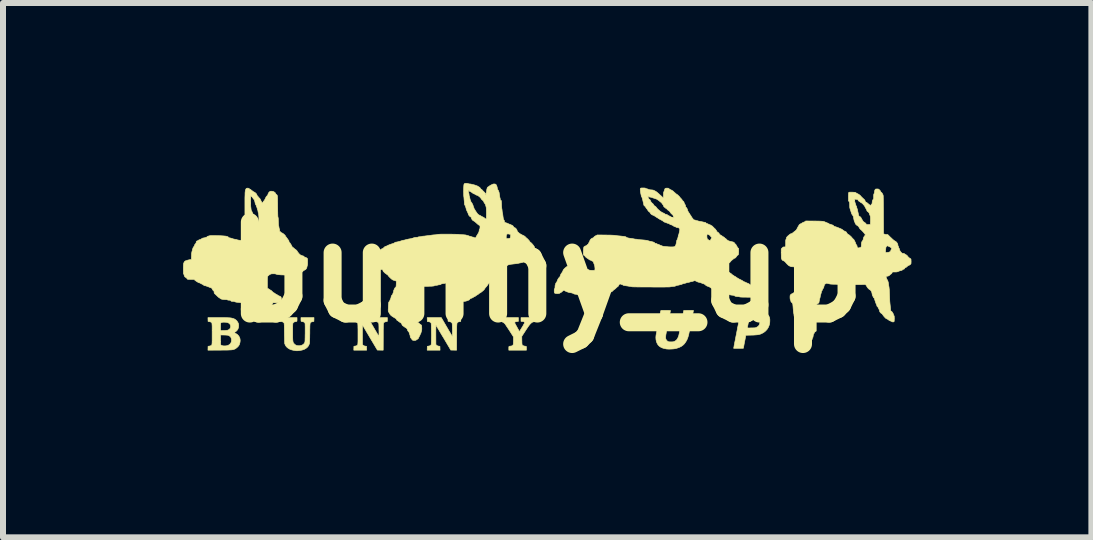
<source format=kicad_pcb>
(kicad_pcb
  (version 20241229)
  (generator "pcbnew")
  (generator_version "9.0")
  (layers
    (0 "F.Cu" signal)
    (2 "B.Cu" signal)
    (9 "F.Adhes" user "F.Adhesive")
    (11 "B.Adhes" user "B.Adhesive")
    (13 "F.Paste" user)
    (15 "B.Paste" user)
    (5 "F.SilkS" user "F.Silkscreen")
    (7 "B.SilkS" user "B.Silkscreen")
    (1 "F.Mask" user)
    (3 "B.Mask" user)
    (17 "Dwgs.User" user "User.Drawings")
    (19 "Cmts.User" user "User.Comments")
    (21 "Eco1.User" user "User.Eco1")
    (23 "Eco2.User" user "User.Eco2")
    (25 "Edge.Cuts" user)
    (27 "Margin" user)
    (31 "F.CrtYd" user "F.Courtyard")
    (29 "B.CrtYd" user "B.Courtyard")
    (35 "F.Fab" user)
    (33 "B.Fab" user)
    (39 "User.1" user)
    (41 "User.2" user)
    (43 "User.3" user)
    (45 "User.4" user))
  (footprint "bunny_up"
    (layer "F.Cu")
    (at 6.048 1.485)
    (property "Reference" "bunny_up" (at 0 0 0) (layer "F.SilkS") (effects (font (size 1.524 1.524) (thickness 0.3))))
    (attr through_hole)
    (fp_poly (pts (xy -0.46 0.819) (xy -0.476 0.822) (xy -0.492 0.824) (xy -0.503 0.826) (xy -0.51 0.828) (xy -0.515 0.83) (xy -0.518 0.833) (xy -0.518 0.834) (xy -0.521 0.842) (xy -0.52 0.849) (xy -0.517 0.855) (xy -0.511 0.866) (xy -0.502 0.883) (xy -0.491 0.903) (xy -0.478 0.927) (xy -0.462 0.955) (xy -0.453 0.973) (xy -0.443 0.99) (xy -0.408 0.933) (xy -0.396 0.914) (xy -0.385 0.896) (xy -0.376 0.879) (xy -0.369 0.866) (xy -0.364 0.858) (xy -0.364 0.857) (xy -0.359 0.846) (xy -0.358 0.837) (xy -0.361 0.831) (xy -0.37 0.826) (xy -0.384 0.823) (xy -0.397 0.822) (xy -0.417 0.819) (xy -0.417 0.757) (xy -0.173 0.757) (xy -0.175 0.821) (xy -0.192 0.824) (xy -0.206 0.827) (xy -0.219 0.83) (xy -0.231 0.836) (xy -0.242 0.844) (xy -0.255 0.855) (xy -0.268 0.869) (xy -0.282 0.886) (xy -0.298 0.908) (xy -0.316 0.935) (xy -0.337 0.966) (xy -0.343 0.976) (xy -0.404 1.07) (xy -0.403 1.137) (xy -0.402 1.162) (xy -0.402 1.181) (xy -0.4 1.196) (xy -0.399 1.206) (xy -0.396 1.213) (xy -0.392 1.218) (xy -0.387 1.222) (xy -0.38 1.225) (xy -0.369 1.229) (xy -0.357 1.232) (xy -0.355 1.232) (xy -0.342 1.234) (xy -0.334 1.235) (xy -0.329 1.239) (xy -0.327 1.245) (xy -0.327 1.255) (xy -0.327 1.268) (xy -0.327 1.3) (xy -0.62 1.3) (xy -0.62 1.268) (xy -0.62 1.253) (xy -0.619 1.244) (xy -0.617 1.238) (xy -0.611 1.235) (xy -0.602 1.233) (xy -0.589 1.232) (xy -0.577 1.23) (xy -0.566 1.226) (xy -0.563 1.225) (xy -0.557 1.221) (xy -0.552 1.216) (xy -0.548 1.209) (xy -0.546 1.2) (xy -0.544 1.187) (xy -0.544 1.17) (xy -0.543 1.147) (xy -0.543 1.139) (xy -0.543 1.077) (xy -0.608 0.975) (xy -0.624 0.951) (xy -0.639 0.928) (xy -0.653 0.908) (xy -0.665 0.889) (xy -0.675 0.875) (xy -0.682 0.864) (xy -0.686 0.859) (xy -0.702 0.845) (xy -0.721 0.833) (xy -0.74 0.825) (xy -0.747 0.824) (xy -0.762 0.821) (xy -0.763 0.789) (xy -0.763 0.757) (xy -0.46 0.757) (xy -0.46 0.819)) (stroke (width 0.01) (type solid)) (fill yes) (layer "F.SilkS"))
    (fp_poly (pts (xy -1.421 0.821) (xy -1.44 0.824) (xy -1.452 0.827) (xy -1.463 0.83) (xy -1.468 0.833) (xy -1.472 0.835) (xy -1.475 0.837) (xy -1.478 0.84) (xy -1.48 0.843) (xy -1.482 0.848) (xy -1.484 0.855) (xy -1.485 0.864) (xy -1.486 0.876) (xy -1.487 0.891) (xy -1.488 0.91) (xy -1.488 0.933) (xy -1.488 0.961) (xy -1.489 0.994) (xy -1.489 1.033) (xy -1.489 1.078) (xy -1.489 1.079) (xy -1.49 1.3) (xy -1.538 1.299) (xy -1.587 1.298) (xy -1.708 1.093) (xy -1.729 1.059) (xy -1.748 1.027) (xy -1.766 0.997) (xy -1.782 0.969) (xy -1.797 0.945) (xy -1.809 0.923) (xy -1.819 0.906) (xy -1.827 0.894) (xy -1.832 0.886) (xy -1.833 0.883) (xy -1.834 0.885) (xy -1.835 0.894) (xy -1.835 0.908) (xy -1.835 0.929) (xy -1.836 0.954) (xy -1.836 0.986) (xy -1.836 1.022) (xy -1.836 1.042) (xy -1.835 1.206) (xy -1.826 1.215) (xy -1.817 1.223) (xy -1.806 1.228) (xy -1.791 1.232) (xy -1.785 1.233) (xy -1.768 1.235) (xy -1.767 1.267) (xy -1.766 1.3) (xy -1.98 1.3) (xy -1.979 1.267) (xy -1.978 1.235) (xy -1.959 1.232) (xy -1.939 1.228) (xy -1.925 1.22) (xy -1.915 1.21) (xy -1.913 1.206) (xy -1.912 1.2) (xy -1.912 1.188) (xy -1.911 1.171) (xy -1.91 1.149) (xy -1.91 1.125) (xy -1.91 1.097) (xy -1.909 1.068) (xy -1.909 1.038) (xy -1.91 1.007) (xy -1.91 0.977) (xy -1.91 0.949) (xy -1.911 0.922) (xy -1.911 0.898) (xy -1.912 0.878) (xy -1.913 0.863) (xy -1.914 0.853) (xy -1.914 0.849) (xy -1.922 0.838) (xy -1.936 0.83) (xy -1.955 0.825) (xy -1.961 0.824) (xy -1.978 0.822) (xy -1.98 0.757) (xy -1.862 0.757) (xy -1.745 0.757) (xy -1.655 0.912) (xy -1.638 0.941) (xy -1.622 0.969) (xy -1.607 0.994) (xy -1.593 1.017) (xy -1.582 1.036) (xy -1.573 1.051) (xy -1.566 1.062) (xy -1.563 1.068) (xy -1.562 1.069) (xy -1.561 1.066) (xy -1.561 1.057) (xy -1.561 1.044) (xy -1.56 1.026) (xy -1.56 1.004) (xy -1.56 0.979) (xy -1.56 0.964) (xy -1.561 0.934) (xy -1.561 0.91) (xy -1.562 0.892) (xy -1.562 0.877) (xy -1.563 0.867) (xy -1.564 0.859) (xy -1.565 0.853) (xy -1.566 0.849) (xy -1.567 0.847) (xy -1.577 0.836) (xy -1.591 0.828) (xy -1.605 0.825) (xy -1.618 0.823) (xy -1.626 0.821) (xy -1.631 0.818) (xy -1.633 0.812) (xy -1.633 0.802) (xy -1.633 0.788) (xy -1.633 0.757) (xy -1.42 0.757) (xy -1.421 0.821)) (stroke (width 0.01) (type solid)) (fill yes) (layer "F.SilkS"))
    (fp_poly (pts (xy -2.645 0.821) (xy -2.663 0.824) (xy -2.675 0.827) (xy -2.687 0.83) (xy -2.691 0.833) (xy -2.695 0.835) (xy -2.698 0.837) (xy -2.701 0.84) (xy -2.704 0.843) (xy -2.706 0.848) (xy -2.707 0.855) (xy -2.709 0.864) (xy -2.71 0.876) (xy -2.71 0.891) (xy -2.711 0.91) (xy -2.711 0.933) (xy -2.712 0.961) (xy -2.712 0.994) (xy -2.712 1.033) (xy -2.712 1.078) (xy -2.712 1.079) (xy -2.713 1.3) (xy -2.762 1.299) (xy -2.81 1.298) (xy -2.932 1.093) (xy -2.952 1.059) (xy -2.971 1.027) (xy -2.989 0.997) (xy -3.005 0.969) (xy -3.02 0.945) (xy -3.032 0.923) (xy -3.043 0.906) (xy -3.05 0.894) (xy -3.055 0.886) (xy -3.056 0.883) (xy -3.057 0.885) (xy -3.058 0.894) (xy -3.058 0.908) (xy -3.059 0.929) (xy -3.059 0.954) (xy -3.059 0.986) (xy -3.059 1.022) (xy -3.059 1.042) (xy -3.058 1.206) (xy -3.05 1.215) (xy -3.04 1.223) (xy -3.029 1.228) (xy -3.014 1.232) (xy -3.008 1.233) (xy -2.991 1.235) (xy -2.99 1.267) (xy -2.989 1.3) (xy -3.203 1.3) (xy -3.202 1.267) (xy -3.201 1.235) (xy -3.182 1.232) (xy -3.162 1.228) (xy -3.148 1.22) (xy -3.138 1.21) (xy -3.137 1.206) (xy -3.136 1.2) (xy -3.135 1.188) (xy -3.134 1.171) (xy -3.133 1.149) (xy -3.133 1.125) (xy -3.133 1.097) (xy -3.133 1.068) (xy -3.133 1.038) (xy -3.133 1.007) (xy -3.133 0.977) (xy -3.133 0.949) (xy -3.134 0.922) (xy -3.134 0.898) (xy -3.135 0.878) (xy -3.136 0.863) (xy -3.137 0.853) (xy -3.138 0.849) (xy -3.146 0.838) (xy -3.159 0.83) (xy -3.178 0.825) (xy -3.184 0.824) (xy -3.201 0.822) (xy -3.202 0.789) (xy -3.203 0.757) (xy -3.086 0.757) (xy -2.968 0.757) (xy -2.878 0.912) (xy -2.861 0.941) (xy -2.845 0.969) (xy -2.83 0.994) (xy -2.817 1.017) (xy -2.805 1.036) (xy -2.796 1.051) (xy -2.79 1.062) (xy -2.786 1.068) (xy -2.785 1.069) (xy -2.785 1.066) (xy -2.784 1.057) (xy -2.784 1.044) (xy -2.783 1.026) (xy -2.783 1.004) (xy -2.783 0.979) (xy -2.784 0.964) (xy -2.784 0.934) (xy -2.784 0.91) (xy -2.785 0.892) (xy -2.785 0.877) (xy -2.786 0.867) (xy -2.787 0.859) (xy -2.788 0.853) (xy -2.79 0.849) (xy -2.791 0.847) (xy -2.8 0.836) (xy -2.814 0.828) (xy -2.828 0.825) (xy -2.841 0.823) (xy -2.849 0.821) (xy -2.854 0.818) (xy -2.856 0.812) (xy -2.856 0.802) (xy -2.856 0.788) (xy -2.856 0.757) (xy -2.643 0.757) (xy -2.645 0.821)) (stroke (width 0.01) (type solid)) (fill yes) (layer "F.SilkS"))
    (fp_poly (pts (xy 3.331 0.637) (xy 3.36 0.637) (xy 3.394 0.637) (xy 3.409 0.637) (xy 3.449 0.638) (xy 3.483 0.638) (xy 3.511 0.639) (xy 3.535 0.64) (xy 3.555 0.64) (xy 3.571 0.642) (xy 3.585 0.644) (xy 3.597 0.646) (xy 3.607 0.648) (xy 3.617 0.652) (xy 3.627 0.656) (xy 3.637 0.661) (xy 3.642 0.663) (xy 3.67 0.681) (xy 3.694 0.702) (xy 3.711 0.726) (xy 3.723 0.755) (xy 3.726 0.767) (xy 3.729 0.787) (xy 3.729 0.811) (xy 3.728 0.836) (xy 3.724 0.861) (xy 3.719 0.883) (xy 3.718 0.885) (xy 3.703 0.921) (xy 3.683 0.953) (xy 3.657 0.981) (xy 3.627 1.005) (xy 3.593 1.023) (xy 3.582 1.028) (xy 3.566 1.034) (xy 3.549 1.038) (xy 3.531 1.042) (xy 3.51 1.044) (xy 3.486 1.046) (xy 3.457 1.048) (xy 3.423 1.049) (xy 3.416 1.049) (xy 3.33 1.051) (xy 3.326 1.068) (xy 3.325 1.076) (xy 3.322 1.089) (xy 3.319 1.107) (xy 3.315 1.128) (xy 3.31 1.151) (xy 3.305 1.176) (xy 3.305 1.177) (xy 3.288 1.268) (xy 3.207 1.269) (xy 3.184 1.269) (xy 3.164 1.269) (xy 3.148 1.269) (xy 3.135 1.269) (xy 3.128 1.268) (xy 3.126 1.268) (xy 3.127 1.264) (xy 3.129 1.255) (xy 3.132 1.24) (xy 3.135 1.22) (xy 3.14 1.196) (xy 3.145 1.167) (xy 3.152 1.136) (xy 3.158 1.102) (xy 3.165 1.066) (xy 3.173 1.028) (xy 3.18 0.99) (xy 3.188 0.95) (xy 3.192 0.926) (xy 3.354 0.926) (xy 3.354 0.928) (xy 3.357 0.929) (xy 3.364 0.929) (xy 3.375 0.93) (xy 3.391 0.93) (xy 3.413 0.929) (xy 3.42 0.929) (xy 3.443 0.929) (xy 3.46 0.928) (xy 3.473 0.928) (xy 3.483 0.927) (xy 3.491 0.925) (xy 3.497 0.923) (xy 3.504 0.921) (xy 3.509 0.918) (xy 3.531 0.905) (xy 3.547 0.888) (xy 3.557 0.867) (xy 3.563 0.842) (xy 3.564 0.831) (xy 3.562 0.81) (xy 3.557 0.794) (xy 3.548 0.781) (xy 3.542 0.775) (xy 3.534 0.769) (xy 3.525 0.764) (xy 3.514 0.761) (xy 3.501 0.759) (xy 3.484 0.757) (xy 3.461 0.757) (xy 3.444 0.757) (xy 3.388 0.757) (xy 3.371 0.839) (xy 3.367 0.862) (xy 3.363 0.883) (xy 3.359 0.9) (xy 3.356 0.914) (xy 3.354 0.923) (xy 3.354 0.926) (xy 3.192 0.926) (xy 3.195 0.911) (xy 3.203 0.873) (xy 3.21 0.835) (xy 3.217 0.8) (xy 3.224 0.766) (xy 3.23 0.736) (xy 3.235 0.708) (xy 3.24 0.685) (xy 3.243 0.666) (xy 3.246 0.653) (xy 3.248 0.644) (xy 3.248 0.642) (xy 3.249 0.641) (xy 3.251 0.64) (xy 3.253 0.639) (xy 3.258 0.638) (xy 3.266 0.637) (xy 3.276 0.637) (xy 3.29 0.637) (xy 3.308 0.637) (xy 3.331 0.637)) (stroke (width 0.01) (type solid)) (fill yes) (layer "F.SilkS"))
    (fp_poly (pts (xy 2.016 0.637) (xy 2.035 0.637) (xy 2.052 0.638) (xy 2.064 0.638) (xy 2.072 0.639) (xy 2.073 0.639) (xy 2.072 0.643) (xy 2.071 0.653) (xy 2.068 0.668) (xy 2.064 0.688) (xy 2.059 0.712) (xy 2.054 0.74) (xy 2.048 0.771) (xy 2.041 0.805) (xy 2.034 0.841) (xy 2.033 0.848) (xy 2.024 0.894) (xy 2.017 0.933) (xy 2.01 0.968) (xy 2.005 0.997) (xy 2.001 1.021) (xy 1.997 1.042) (xy 1.995 1.059) (xy 1.994 1.073) (xy 1.993 1.084) (xy 1.993 1.093) (xy 1.994 1.101) (xy 1.995 1.108) (xy 1.997 1.114) (xy 2.006 1.132) (xy 2.021 1.147) (xy 2.031 1.154) (xy 2.038 1.157) (xy 2.045 1.16) (xy 2.054 1.161) (xy 2.067 1.161) (xy 2.083 1.162) (xy 2.1 1.161) (xy 2.112 1.161) (xy 2.121 1.16) (xy 2.129 1.157) (xy 2.138 1.153) (xy 2.144 1.151) (xy 2.163 1.139) (xy 2.178 1.125) (xy 2.191 1.106) (xy 2.202 1.083) (xy 2.21 1.062) (xy 2.212 1.055) (xy 2.215 1.042) (xy 2.219 1.023) (xy 2.224 1) (xy 2.229 0.973) (xy 2.235 0.943) (xy 2.242 0.91) (xy 2.249 0.875) (xy 2.256 0.839) (xy 2.295 0.638) (xy 2.376 0.637) (xy 2.398 0.637) (xy 2.418 0.637) (xy 2.435 0.637) (xy 2.447 0.637) (xy 2.455 0.638) (xy 2.456 0.638) (xy 2.456 0.642) (xy 2.454 0.652) (xy 2.451 0.667) (xy 2.447 0.686) (xy 2.443 0.709) (xy 2.438 0.735) (xy 2.432 0.764) (xy 2.426 0.794) (xy 2.42 0.826) (xy 2.414 0.858) (xy 2.408 0.889) (xy 2.402 0.92) (xy 2.396 0.948) (xy 2.391 0.975) (xy 2.386 0.998) (xy 2.382 1.017) (xy 2.379 1.032) (xy 2.377 1.042) (xy 2.376 1.045) (xy 2.364 1.087) (xy 2.348 1.127) (xy 2.328 1.162) (xy 2.306 1.193) (xy 2.28 1.218) (xy 2.279 1.219) (xy 2.25 1.239) (xy 2.216 1.255) (xy 2.178 1.268) (xy 2.148 1.275) (xy 2.127 1.278) (xy 2.103 1.28) (xy 2.077 1.281) (xy 2.052 1.282) (xy 2.029 1.281) (xy 2.01 1.28) (xy 2.01 1.28) (xy 1.98 1.274) (xy 1.951 1.267) (xy 1.925 1.257) (xy 1.915 1.252) (xy 1.889 1.235) (xy 1.867 1.213) (xy 1.851 1.186) (xy 1.839 1.156) (xy 1.832 1.122) (xy 1.83 1.086) (xy 1.833 1.052) (xy 1.834 1.045) (xy 1.837 1.032) (xy 1.84 1.015) (xy 1.844 0.993) (xy 1.849 0.968) (xy 1.854 0.94) (xy 1.86 0.91) (xy 1.866 0.879) (xy 1.872 0.846) (xy 1.878 0.814) (xy 1.884 0.783) (xy 1.89 0.753) (xy 1.895 0.725) (xy 1.9 0.7) (xy 1.904 0.679) (xy 1.908 0.662) (xy 1.91 0.65) (xy 1.912 0.643) (xy 1.912 0.642) (xy 1.913 0.641) (xy 1.915 0.639) (xy 1.92 0.638) (xy 1.927 0.637) (xy 1.938 0.637) (xy 1.954 0.637) (xy 1.974 0.637) (xy 1.993 0.637) (xy 2.016 0.637)) (stroke (width 0.01) (type solid)) (fill yes) (layer "F.SilkS"))
    (fp_poly (pts (xy -4.149 0.788) (xy -4.149 0.803) (xy -4.15 0.812) (xy -4.152 0.818) (xy -4.157 0.821) (xy -4.166 0.823) (xy -4.178 0.825) (xy -4.196 0.83) (xy -4.209 0.839) (xy -4.215 0.847) (xy -4.217 0.851) (xy -4.218 0.854) (xy -4.219 0.86) (xy -4.22 0.867) (xy -4.22 0.878) (xy -4.221 0.891) (xy -4.221 0.909) (xy -4.221 0.931) (xy -4.221 0.959) (xy -4.221 0.992) (xy -4.221 1) (xy -4.221 1.038) (xy -4.221 1.07) (xy -4.221 1.096) (xy -4.22 1.118) (xy -4.219 1.135) (xy -4.217 1.15) (xy -4.215 1.161) (xy -4.213 1.17) (xy -4.209 1.177) (xy -4.205 1.184) (xy -4.199 1.19) (xy -4.193 1.197) (xy -4.191 1.198) (xy -4.175 1.212) (xy -4.157 1.221) (xy -4.137 1.225) (xy -4.112 1.226) (xy -4.109 1.226) (xy -4.081 1.221) (xy -4.058 1.212) (xy -4.039 1.198) (xy -4.038 1.197) (xy -4.033 1.191) (xy -4.028 1.186) (xy -4.025 1.181) (xy -4.022 1.175) (xy -4.019 1.167) (xy -4.017 1.158) (xy -4.016 1.145) (xy -4.015 1.13) (xy -4.015 1.11) (xy -4.014 1.086) (xy -4.014 1.056) (xy -4.013 1.021) (xy -4.013 1.012) (xy -4.013 0.97) (xy -4.013 0.936) (xy -4.013 0.908) (xy -4.014 0.885) (xy -4.014 0.869) (xy -4.015 0.857) (xy -4.016 0.852) (xy -4.023 0.839) (xy -4.036 0.83) (xy -4.053 0.825) (xy -4.056 0.825) (xy -4.068 0.823) (xy -4.076 0.821) (xy -4.08 0.818) (xy -4.082 0.811) (xy -4.083 0.8) (xy -4.083 0.788) (xy -4.083 0.757) (xy -3.866 0.757) (xy -3.868 0.821) (xy -3.886 0.824) (xy -3.898 0.827) (xy -3.91 0.83) (xy -3.914 0.833) (xy -3.919 0.835) (xy -3.922 0.838) (xy -3.926 0.841) (xy -3.928 0.846) (xy -3.93 0.852) (xy -3.932 0.861) (xy -3.933 0.873) (xy -3.934 0.888) (xy -3.935 0.907) (xy -3.935 0.93) (xy -3.936 0.959) (xy -3.936 0.994) (xy -3.936 1.018) (xy -3.937 1.055) (xy -3.937 1.086) (xy -3.938 1.112) (xy -3.938 1.132) (xy -3.939 1.149) (xy -3.939 1.162) (xy -3.94 1.172) (xy -3.941 1.18) (xy -3.942 1.187) (xy -3.943 1.193) (xy -3.945 1.198) (xy -3.946 1.2) (xy -3.958 1.227) (xy -3.976 1.25) (xy -3.999 1.269) (xy -4.027 1.285) (xy -4.061 1.297) (xy -4.099 1.305) (xy -4.109 1.306) (xy -4.127 1.308) (xy -4.142 1.309) (xy -4.156 1.309) (xy -4.173 1.308) (xy -4.183 1.306) (xy -4.213 1.301) (xy -4.244 1.293) (xy -4.272 1.282) (xy -4.281 1.277) (xy -4.307 1.26) (xy -4.328 1.24) (xy -4.344 1.215) (xy -4.354 1.19) (xy -4.355 1.184) (xy -4.355 1.172) (xy -4.356 1.155) (xy -4.357 1.134) (xy -4.357 1.108) (xy -4.358 1.079) (xy -4.359 1.048) (xy -4.359 1.016) (xy -4.36 0.979) (xy -4.36 0.948) (xy -4.36 0.922) (xy -4.361 0.902) (xy -4.361 0.885) (xy -4.362 0.873) (xy -4.363 0.864) (xy -4.363 0.857) (xy -4.364 0.852) (xy -4.365 0.849) (xy -4.367 0.846) (xy -4.368 0.844) (xy -4.377 0.835) (xy -4.388 0.829) (xy -4.404 0.825) (xy -4.41 0.824) (xy -4.428 0.821) (xy -4.43 0.757) (xy -4.149 0.757) (xy -4.149 0.788)) (stroke (width 0.01) (type solid)) (fill yes) (layer "F.SilkS"))
    (fp_poly (pts (xy -5.47 0.757) (xy -5.426 0.757) (xy -5.387 0.757) (xy -5.354 0.757) (xy -5.326 0.758) (xy -5.302 0.759) (xy -5.282 0.76) (xy -5.265 0.761) (xy -5.251 0.763) (xy -5.238 0.765) (xy -5.227 0.768) (xy -5.225 0.768) (xy -5.196 0.778) (xy -5.171 0.793) (xy -5.15 0.813) (xy -5.135 0.837) (xy -5.132 0.842) (xy -5.126 0.855) (xy -5.123 0.866) (xy -5.122 0.878) (xy -5.121 0.892) (xy -5.124 0.921) (xy -5.133 0.947) (xy -5.148 0.97) (xy -5.169 0.99) (xy -5.18 0.997) (xy -5.196 1.008) (xy -5.173 1.02) (xy -5.146 1.036) (xy -5.125 1.057) (xy -5.11 1.08) (xy -5.1 1.106) (xy -5.096 1.134) (xy -5.098 1.164) (xy -5.106 1.195) (xy -5.113 1.212) (xy -5.122 1.227) (xy -5.136 1.243) (xy -5.152 1.258) (xy -5.169 1.271) (xy -5.18 1.278) (xy -5.189 1.282) (xy -5.197 1.285) (xy -5.205 1.288) (xy -5.213 1.29) (xy -5.223 1.292) (xy -5.235 1.294) (xy -5.249 1.295) (xy -5.265 1.296) (xy -5.286 1.297) (xy -5.31 1.298) (xy -5.339 1.298) (xy -5.373 1.298) (xy -5.413 1.299) (xy -5.439 1.299) (xy -5.633 1.3) (xy -5.632 1.268) (xy -5.631 1.235) (xy -5.613 1.232) (xy -5.6 1.23) (xy -5.589 1.226) (xy -5.584 1.225) (xy -5.58 1.222) (xy -5.576 1.22) (xy -5.572 1.217) (xy -5.57 1.213) (xy -5.568 1.207) (xy -5.566 1.198) (xy -5.565 1.187) (xy -5.564 1.173) (xy -5.563 1.154) (xy -5.563 1.131) (xy -5.563 1.127) (xy -5.423 1.127) (xy -5.423 1.153) (xy -5.422 1.172) (xy -5.422 1.187) (xy -5.422 1.198) (xy -5.421 1.205) (xy -5.42 1.209) (xy -5.418 1.212) (xy -5.416 1.215) (xy -5.416 1.215) (xy -5.405 1.221) (xy -5.389 1.226) (xy -5.369 1.229) (xy -5.349 1.229) (xy -5.328 1.227) (xy -5.314 1.225) (xy -5.289 1.215) (xy -5.269 1.201) (xy -5.254 1.184) (xy -5.244 1.162) (xy -5.24 1.138) (xy -5.242 1.111) (xy -5.243 1.109) (xy -5.25 1.088) (xy -5.263 1.072) (xy -5.281 1.059) (xy -5.287 1.056) (xy -5.294 1.053) (xy -5.301 1.051) (xy -5.309 1.05) (xy -5.32 1.049) (xy -5.335 1.048) (xy -5.354 1.047) (xy -5.363 1.047) (xy -5.423 1.046) (xy -5.423 1.127) (xy -5.563 1.127) (xy -5.563 1.103) (xy -5.563 1.07) (xy -5.563 1.03) (xy -5.563 1.028) (xy -5.563 0.988) (xy -5.563 0.955) (xy -5.563 0.926) (xy -5.563 0.912) (xy -5.423 0.912) (xy -5.423 0.974) (xy -5.37 0.972) (xy -5.351 0.972) (xy -5.333 0.97) (xy -5.319 0.969) (xy -5.309 0.968) (xy -5.306 0.967) (xy -5.285 0.958) (xy -5.27 0.945) (xy -5.259 0.928) (xy -5.255 0.91) (xy -5.256 0.89) (xy -5.264 0.871) (xy -5.276 0.856) (xy -5.293 0.845) (xy -5.316 0.837) (xy -5.344 0.834) (xy -5.347 0.834) (xy -5.372 0.833) (xy -5.392 0.835) (xy -5.406 0.838) (xy -5.415 0.842) (xy -5.416 0.843) (xy -5.418 0.846) (xy -5.42 0.85) (xy -5.421 0.856) (xy -5.422 0.864) (xy -5.422 0.877) (xy -5.423 0.894) (xy -5.423 0.912) (xy -5.563 0.912) (xy -5.563 0.903) (xy -5.564 0.885) (xy -5.565 0.87) (xy -5.566 0.859) (xy -5.567 0.85) (xy -5.57 0.844) (xy -5.572 0.84) (xy -5.575 0.837) (xy -5.579 0.834) (xy -5.584 0.832) (xy -5.584 0.832) (xy -5.594 0.828) (xy -5.607 0.825) (xy -5.613 0.824) (xy -5.631 0.821) (xy -5.633 0.757) (xy -5.47 0.757)) (stroke (width 0.01) (type solid)) (fill yes) (layer "F.SilkS"))
    (fp_poly (pts (xy -4.956 -1.398) (xy -4.947 -1.394) (xy -4.943 -1.388) (xy -4.943 -1.386) (xy -4.94 -1.383) (xy -4.938 -1.383) (xy -4.929 -1.381) (xy -4.92 -1.377) (xy -4.915 -1.371) (xy -4.914 -1.37) (xy -4.91 -1.364) (xy -4.903 -1.36) (xy -4.902 -1.36) (xy -4.894 -1.355) (xy -4.888 -1.35) (xy -4.883 -1.346) (xy -4.874 -1.34) (xy -4.864 -1.335) (xy -4.852 -1.329) (xy -4.843 -1.322) (xy -4.839 -1.318) (xy -4.835 -1.312) (xy -4.832 -1.31) (xy -4.827 -1.307) (xy -4.822 -1.3) (xy -4.819 -1.292) (xy -4.819 -1.29) (xy -4.816 -1.28) (xy -4.807 -1.27) (xy -4.799 -1.26) (xy -4.791 -1.251) (xy -4.789 -1.248) (xy -4.783 -1.24) (xy -4.777 -1.235) (xy -4.776 -1.235) (xy -4.771 -1.231) (xy -4.764 -1.22) (xy -4.756 -1.204) (xy -4.75 -1.191) (xy -4.742 -1.176) (xy -4.736 -1.164) (xy -4.731 -1.155) (xy -4.728 -1.15) (xy -4.728 -1.15) (xy -4.726 -1.152) (xy -4.721 -1.159) (xy -4.716 -1.167) (xy -4.71 -1.177) (xy -4.704 -1.185) (xy -4.7 -1.189) (xy -4.695 -1.194) (xy -4.69 -1.202) (xy -4.689 -1.204) (xy -4.685 -1.212) (xy -4.679 -1.224) (xy -4.673 -1.238) (xy -4.671 -1.24) (xy -4.665 -1.252) (xy -4.659 -1.262) (xy -4.655 -1.267) (xy -4.653 -1.268) (xy -4.648 -1.272) (xy -4.641 -1.28) (xy -4.636 -1.289) (xy -4.633 -1.297) (xy -4.633 -1.298) (xy -4.631 -1.305) (xy -4.626 -1.315) (xy -4.62 -1.325) (xy -4.614 -1.334) (xy -4.609 -1.338) (xy -4.608 -1.339) (xy -4.6 -1.343) (xy -4.597 -1.346) (xy -4.59 -1.349) (xy -4.578 -1.349) (xy -4.565 -1.348) (xy -4.55 -1.345) (xy -4.537 -1.341) (xy -4.528 -1.335) (xy -4.526 -1.333) (xy -4.52 -1.328) (xy -4.516 -1.326) (xy -4.513 -1.324) (xy -4.51 -1.317) (xy -4.506 -1.31) (xy -4.5 -1.301) (xy -4.493 -1.294) (xy -4.488 -1.29) (xy -4.486 -1.29) (xy -4.484 -1.287) (xy -4.48 -1.28) (xy -4.478 -1.277) (xy -4.477 -1.274) (xy -4.476 -1.269) (xy -4.475 -1.262) (xy -4.475 -1.252) (xy -4.474 -1.239) (xy -4.473 -1.223) (xy -4.473 -1.202) (xy -4.473 -1.177) (xy -4.472 -1.146) (xy -4.472 -1.109) (xy -4.472 -1.095) (xy -4.471 -1.054) (xy -4.471 -1.02) (xy -4.47 -0.992) (xy -4.47 -0.969) (xy -4.469 -0.951) (xy -4.469 -0.937) (xy -4.468 -0.927) (xy -4.467 -0.921) (xy -4.466 -0.917) (xy -4.466 -0.916) (xy -4.464 -0.91) (xy -4.462 -0.899) (xy -4.461 -0.883) (xy -4.461 -0.861) (xy -4.46 -0.845) (xy -4.459 -0.818) (xy -4.458 -0.798) (xy -4.457 -0.783) (xy -4.455 -0.773) (xy -4.454 -0.769) (xy -4.451 -0.757) (xy -4.449 -0.744) (xy -4.449 -0.743) (xy -4.448 -0.733) (xy -4.445 -0.725) (xy -4.444 -0.724) (xy -4.441 -0.717) (xy -4.439 -0.703) (xy -4.439 -0.7) (xy -4.439 -0.689) (xy -4.438 -0.682) (xy -4.436 -0.68) (xy -4.432 -0.678) (xy -4.425 -0.672) (xy -4.419 -0.667) (xy -4.411 -0.659) (xy -4.403 -0.654) (xy -4.399 -0.653) (xy -4.393 -0.651) (xy -4.382 -0.644) (xy -4.367 -0.632) (xy -4.352 -0.618) (xy -4.345 -0.61) (xy -4.341 -0.601) (xy -4.341 -0.6) (xy -4.337 -0.592) (xy -4.332 -0.588) (xy -4.327 -0.584) (xy -4.324 -0.578) (xy -4.322 -0.572) (xy -4.319 -0.57) (xy -4.316 -0.567) (xy -4.311 -0.561) (xy -4.309 -0.557) (xy -4.302 -0.546) (xy -4.293 -0.535) (xy -4.292 -0.534) (xy -4.284 -0.521) (xy -4.283 -0.512) (xy -4.281 -0.503) (xy -4.276 -0.494) (xy -4.27 -0.488) (xy -4.266 -0.487) (xy -4.263 -0.484) (xy -4.261 -0.479) (xy -4.257 -0.47) (xy -4.253 -0.465) (xy -4.249 -0.46) (xy -4.243 -0.45) (xy -4.238 -0.438) (xy -4.231 -0.425) (xy -4.224 -0.417) (xy -4.219 -0.413) (xy -4.211 -0.408) (xy -4.202 -0.401) (xy -4.199 -0.398) (xy -4.19 -0.389) (xy -4.18 -0.382) (xy -4.178 -0.381) (xy -4.167 -0.373) (xy -4.156 -0.363) (xy -4.147 -0.352) (xy -4.141 -0.343) (xy -4.141 -0.34) (xy -4.137 -0.332) (xy -4.132 -0.328) (xy -4.127 -0.325) (xy -4.126 -0.323) (xy -4.124 -0.318) (xy -4.118 -0.31) (xy -4.109 -0.302) (xy -4.1 -0.293) (xy -4.092 -0.287) (xy -4.086 -0.283) (xy -4.085 -0.283) (xy -4.077 -0.282) (xy -4.068 -0.277) (xy -4.067 -0.277) (xy -4.057 -0.272) (xy -4.049 -0.27) (xy -4.048 -0.27) (xy -4.039 -0.268) (xy -4.032 -0.262) (xy -4.029 -0.255) (xy -4.027 -0.251) (xy -4.022 -0.25) (xy -4.009 -0.248) (xy -3.996 -0.242) (xy -3.984 -0.234) (xy -3.98 -0.231) (xy -3.977 -0.227) (xy -3.975 -0.223) (xy -3.974 -0.217) (xy -3.973 -0.208) (xy -3.973 -0.195) (xy -3.973 -0.177) (xy -3.973 -0.174) (xy -3.973 -0.149) (xy -3.974 -0.13) (xy -3.976 -0.116) (xy -3.978 -0.11) (xy -3.981 -0.098) (xy -3.984 -0.086) (xy -3.984 -0.083) (xy -3.988 -0.072) (xy -3.993 -0.06) (xy -4.001 -0.05) (xy -4.008 -0.043) (xy -4.011 -0.041) (xy -4.019 -0.038) (xy -4.03 -0.031) (xy -4.042 -0.023) (xy -4.051 -0.016) (xy -4.057 -0.01) (xy -4.063 -0.005) (xy -4.068 -0.003) (xy -4.072 -0.002) (xy -4.078 0.001) (xy -4.085 0.007) (xy -4.096 0.017) (xy -4.098 0.018) (xy -4.121 0.038) (xy -4.149 0.051) (xy -4.151 0.052) (xy -4.159 0.053) (xy -4.172 0.055) (xy -4.189 0.056) (xy -4.208 0.056) (xy -4.229 0.057) (xy -4.25 0.057) (xy -4.269 0.056) (xy -4.285 0.056) (xy -4.298 0.055) (xy -4.306 0.053) (xy -4.307 0.053) (xy -4.313 0.051) (xy -4.325 0.05) (xy -4.342 0.048) (xy -4.363 0.047) (xy -4.381 0.046) (xy -4.414 0.045) (xy -4.44 0.043) (xy -4.461 0.041) (xy -4.478 0.038) (xy -4.49 0.035) (xy -4.499 0.032) (xy -4.508 0.029) (xy -4.521 0.027) (xy -4.54 0.027) (xy -4.543 0.027) (xy -4.56 0.027) (xy -4.572 0.028) (xy -4.581 0.029) (xy -4.589 0.032) (xy -4.594 0.035) (xy -4.605 0.041) (xy -4.614 0.047) (xy -4.617 0.05) (xy -4.623 0.055) (xy -4.627 0.057) (xy -4.631 0.06) (xy -4.635 0.067) (xy -4.637 0.07) (xy -4.639 0.074) (xy -4.64 0.08) (xy -4.641 0.087) (xy -4.642 0.097) (xy -4.642 0.11) (xy -4.643 0.128) (xy -4.643 0.151) (xy -4.643 0.174) (xy -4.643 0.266) (xy -4.635 0.27) (xy -4.629 0.274) (xy -4.626 0.277) (xy -4.622 0.279) (xy -4.615 0.284) (xy -4.61 0.286) (xy -4.602 0.291) (xy -4.597 0.295) (xy -4.596 0.297) (xy -4.593 0.299) (xy -4.589 0.3) (xy -4.584 0.302) (xy -4.575 0.309) (xy -4.565 0.319) (xy -4.56 0.323) (xy -4.548 0.335) (xy -4.538 0.343) (xy -4.531 0.346) (xy -4.53 0.347) (xy -4.522 0.349) (xy -4.514 0.356) (xy -4.512 0.359) (xy -4.509 0.362) (xy -4.501 0.366) (xy -4.493 0.37) (xy -4.481 0.376) (xy -4.471 0.382) (xy -4.467 0.386) (xy -4.459 0.391) (xy -4.447 0.396) (xy -4.44 0.399) (xy -4.427 0.404) (xy -4.418 0.411) (xy -4.413 0.421) (xy -4.41 0.436) (xy -4.409 0.451) (xy -4.41 0.468) (xy -4.413 0.48) (xy -4.419 0.485) (xy -4.423 0.487) (xy -4.428 0.489) (xy -4.435 0.494) (xy -4.44 0.498) (xy -4.453 0.51) (xy -4.551 0.51) (xy -4.555 0.521) (xy -4.56 0.531) (xy -4.566 0.538) (xy -4.566 0.538) (xy -4.571 0.545) (xy -4.573 0.55) (xy -4.574 0.558) (xy -4.579 0.57) (xy -4.585 0.582) (xy -4.591 0.594) (xy -4.594 0.598) (xy -4.601 0.606) (xy -4.606 0.612) (xy -4.611 0.616) (xy -4.618 0.619) (xy -4.627 0.62) (xy -4.64 0.62) (xy -4.658 0.62) (xy -4.66 0.62) (xy -4.682 0.62) (xy -4.698 0.619) (xy -4.708 0.618) (xy -4.713 0.616) (xy -4.721 0.607) (xy -4.727 0.596) (xy -4.729 0.581) (xy -4.729 0.579) (xy -4.731 0.558) (xy -4.771 0.556) (xy -4.796 0.554) (xy -4.82 0.552) (xy -4.841 0.55) (xy -4.86 0.548) (xy -4.874 0.545) (xy -4.882 0.543) (xy -4.882 0.543) (xy -4.889 0.542) (xy -4.9 0.54) (xy -4.914 0.54) (xy -4.914 0.54) (xy -4.928 0.539) (xy -4.943 0.538) (xy -4.953 0.536) (xy -4.964 0.534) (xy -4.979 0.531) (xy -4.989 0.529) (xy -5.002 0.526) (xy -5.012 0.523) (xy -5.018 0.521) (xy -5.027 0.518) (xy -5.036 0.517) (xy -5.046 0.515) (xy -5.053 0.513) (xy -5.06 0.512) (xy -5.071 0.51) (xy -5.085 0.508) (xy -5.096 0.507) (xy -5.123 0.504) (xy -5.144 0.502) (xy -5.161 0.5) (xy -5.172 0.497) (xy -5.181 0.495) (xy -5.186 0.493) (xy -5.187 0.492) (xy -5.197 0.488) (xy -5.211 0.487) (xy -5.219 0.487) (xy -5.233 0.486) (xy -5.241 0.485) (xy -5.247 0.482) (xy -5.249 0.48) (xy -5.254 0.474) (xy -5.256 0.47) (xy -5.259 0.468) (xy -5.267 0.467) (xy -5.279 0.467) (xy -5.295 0.466) (xy -5.306 0.463) (xy -5.308 0.462) (xy -5.315 0.459) (xy -5.327 0.457) (xy -5.343 0.457) (xy -5.359 0.456) (xy -5.373 0.455) (xy -5.385 0.454) (xy -5.387 0.453) (xy -5.398 0.451) (xy -5.408 0.449) (xy -5.41 0.448) (xy -5.418 0.445) (xy -5.427 0.439) (xy -5.43 0.437) (xy -5.438 0.43) (xy -5.444 0.427) (xy -5.445 0.427) (xy -5.449 0.424) (xy -5.457 0.418) (xy -5.467 0.409) (xy -5.478 0.399) (xy -5.49 0.387) (xy -5.502 0.376) (xy -5.512 0.366) (xy -5.517 0.362) (xy -5.524 0.355) (xy -5.528 0.348) (xy -5.53 0.338) (xy -5.531 0.331) (xy -5.532 0.32) (xy -5.535 0.313) (xy -5.538 0.31) (xy -5.541 0.309) (xy -5.547 0.305) (xy -5.553 0.296) (xy -5.559 0.285) (xy -5.565 0.274) (xy -5.57 0.267) (xy -5.575 0.263) (xy -5.582 0.26) (xy -5.584 0.26) (xy -5.595 0.256) (xy -5.608 0.251) (xy -5.614 0.249) (xy -5.627 0.243) (xy -5.64 0.238) (xy -5.645 0.237) (xy -5.654 0.234) (xy -5.66 0.231) (xy -5.661 0.23) (xy -5.665 0.228) (xy -5.674 0.227) (xy -5.678 0.227) (xy -5.69 0.225) (xy -5.699 0.22) (xy -5.704 0.217) (xy -5.714 0.209) (xy -5.726 0.202) (xy -5.73 0.2) (xy -5.743 0.194) (xy -5.756 0.187) (xy -5.759 0.185) (xy -5.768 0.18) (xy -5.777 0.177) (xy -5.779 0.177) (xy -5.786 0.175) (xy -5.797 0.17) (xy -5.81 0.162) (xy -5.823 0.154) (xy -5.836 0.145) (xy -5.847 0.137) (xy -5.855 0.13) (xy -5.858 0.126) (xy -5.859 0.124) (xy -5.862 0.122) (xy -5.867 0.121) (xy -5.876 0.12) (xy -5.89 0.12) (xy -5.908 0.12) (xy -5.915 0.12) (xy -5.934 0.12) (xy -5.951 0.119) (xy -5.964 0.119) (xy -5.972 0.118) (xy -5.974 0.117) (xy -5.978 0.113) (xy -5.983 0.106) (xy -5.984 0.104) (xy -5.991 0.096) (xy -6.001 0.089) (xy -6.003 0.088) (xy -6.015 0.08) (xy -6.024 0.068) (xy -6.029 0.055) (xy -6.029 0.05) (xy -6.031 0.042) (xy -6.036 0.034) (xy -6.038 0.031) (xy -6.04 0.028) (xy -6.041 0.022) (xy -6.042 0.015) (xy -6.042 0.004) (xy -6.042 -0.011) (xy -6.043 -0.031) (xy -6.043 -0.055) (xy -6.043 -0.081) (xy -6.042 -0.101) (xy -6.042 -0.116) (xy -6.041 -0.128) (xy -6.04 -0.136) (xy -6.039 -0.144) (xy -6.037 -0.15) (xy -6.035 -0.155) (xy -6.028 -0.169) (xy -6.019 -0.181) (xy -6.009 -0.188) (xy -6.002 -0.19) (xy -5.994 -0.191) (xy -5.986 -0.195) (xy -5.976 -0.199) (xy -5.96 -0.203) (xy -5.942 -0.207) (xy -5.925 -0.209) (xy -5.91 -0.211) (xy -5.908 -0.261) (xy -5.907 -0.288) (xy -5.906 -0.31) (xy -5.903 -0.327) (xy -5.9 -0.342) (xy -5.896 -0.356) (xy -5.895 -0.358) (xy -5.891 -0.368) (xy -5.89 -0.376) (xy -5.889 -0.378) (xy -5.888 -0.388) (xy -4.523 -0.388) (xy -4.523 -0.375) (xy -4.522 -0.367) (xy -4.52 -0.363) (xy -4.516 -0.361) (xy -4.513 -0.359) (xy -4.506 -0.356) (xy -4.503 -0.353) (xy -4.503 -0.353) (xy -4.5 -0.351) (xy -4.492 -0.35) (xy -4.482 -0.35) (xy -4.471 -0.351) (xy -4.464 -0.352) (xy -4.458 -0.354) (xy -4.455 -0.357) (xy -4.452 -0.364) (xy -4.45 -0.374) (xy -4.447 -0.391) (xy -4.445 -0.407) (xy -4.444 -0.422) (xy -4.444 -0.433) (xy -4.445 -0.439) (xy -4.445 -0.439) (xy -4.45 -0.441) (xy -4.459 -0.443) (xy -4.471 -0.444) (xy -4.471 -0.444) (xy -4.486 -0.444) (xy -4.497 -0.442) (xy -4.506 -0.439) (xy -4.507 -0.438) (xy -4.514 -0.434) (xy -4.518 -0.429) (xy -4.521 -0.421) (xy -4.522 -0.409) (xy -4.523 -0.392) (xy -4.523 -0.388) (xy -5.888 -0.388) (xy -5.887 -0.39) (xy -5.882 -0.404) (xy -5.875 -0.417) (xy -5.869 -0.425) (xy -5.863 -0.433) (xy -5.859 -0.439) (xy -5.859 -0.441) (xy -5.857 -0.452) (xy -5.849 -0.464) (xy -5.84 -0.475) (xy -5.832 -0.485) (xy -5.829 -0.495) (xy -5.829 -0.495) (xy -5.828 -0.507) (xy -5.825 -0.514) (xy -5.817 -0.519) (xy -5.813 -0.52) (xy -5.802 -0.525) (xy -5.792 -0.532) (xy -5.792 -0.532) (xy -5.782 -0.538) (xy -5.77 -0.542) (xy -5.77 -0.542) (xy -5.757 -0.546) (xy -5.744 -0.553) (xy -5.732 -0.562) (xy -5.722 -0.567) (xy -5.707 -0.57) (xy -5.701 -0.571) (xy -5.689 -0.573) (xy -5.678 -0.576) (xy -5.672 -0.578) (xy -5.663 -0.582) (xy -5.657 -0.583) (xy -5.65 -0.586) (xy -5.648 -0.59) (xy -5.643 -0.596) (xy -5.637 -0.598) (xy -5.628 -0.6) (xy -5.617 -0.604) (xy -5.611 -0.605) (xy -5.605 -0.607) (xy -5.597 -0.608) (xy -5.587 -0.609) (xy -5.574 -0.609) (xy -5.558 -0.609) (xy -5.536 -0.609) (xy -5.509 -0.609) (xy -5.503 -0.609) (xy -5.459 -0.608) (xy -5.421 -0.607) (xy -5.389 -0.605) (xy -5.362 -0.603) (xy -5.341 -0.601) (xy -5.324 -0.598) (xy -5.311 -0.594) (xy -5.301 -0.59) (xy -5.295 -0.586) (xy -5.292 -0.581) (xy -5.288 -0.576) (xy -5.281 -0.573) (xy -5.271 -0.572) (xy -5.259 -0.569) (xy -5.244 -0.565) (xy -5.231 -0.561) (xy -5.217 -0.556) (xy -5.203 -0.552) (xy -5.193 -0.55) (xy -5.179 -0.547) (xy -5.165 -0.545) (xy -5.163 -0.544) (xy -5.152 -0.542) (xy -5.144 -0.539) (xy -5.143 -0.538) (xy -5.14 -0.537) (xy -5.135 -0.536) (xy -5.128 -0.535) (xy -5.117 -0.533) (xy -5.102 -0.531) (xy -5.082 -0.529) (xy -5.057 -0.526) (xy -5.037 -0.523) (xy -5.019 -0.521) (xy -5.007 -0.519) (xy -5 -0.517) (xy -4.996 -0.515) (xy -4.996 -0.513) (xy -4.993 -0.511) (xy -4.989 -0.51) (xy -4.983 -0.508) (xy -4.975 -0.502) (xy -4.968 -0.495) (xy -4.963 -0.488) (xy -4.963 -0.486) (xy -4.96 -0.481) (xy -4.952 -0.476) (xy -4.942 -0.472) (xy -4.931 -0.469) (xy -4.922 -0.468) (xy -4.917 -0.469) (xy -4.907 -0.475) (xy -4.9 -0.483) (xy -4.899 -0.489) (xy -4.898 -0.497) (xy -4.895 -0.507) (xy -4.895 -0.507) (xy -4.887 -0.53) (xy -4.883 -0.548) (xy -4.883 -0.554) (xy -4.881 -0.564) (xy -4.878 -0.571) (xy -4.878 -0.571) (xy -4.874 -0.577) (xy -4.871 -0.587) (xy -4.871 -0.592) (xy -4.868 -0.603) (xy -4.865 -0.613) (xy -4.864 -0.616) (xy -4.86 -0.628) (xy -4.861 -0.643) (xy -4.867 -0.658) (xy -4.877 -0.672) (xy -4.893 -0.689) (xy -4.903 -0.704) (xy -4.908 -0.714) (xy -4.909 -0.719) (xy -4.91 -0.725) (xy -4.912 -0.727) (xy -4.915 -0.729) (xy -4.919 -0.737) (xy -4.92 -0.739) (xy -4.925 -0.752) (xy -4.932 -0.764) (xy -4.939 -0.772) (xy -4.943 -0.775) (xy -4.947 -0.779) (xy -4.952 -0.787) (xy -4.956 -0.797) (xy -4.959 -0.807) (xy -4.959 -0.811) (xy -4.961 -0.816) (xy -4.962 -0.817) (xy -4.966 -0.821) (xy -4.971 -0.829) (xy -4.976 -0.839) (xy -4.979 -0.847) (xy -4.979 -0.85) (xy -4.982 -0.856) (xy -4.987 -0.864) (xy -4.993 -0.871) (xy -4.998 -0.877) (xy -5.002 -0.882) (xy -5.005 -0.887) (xy -5.008 -0.894) (xy -5.011 -0.901) (xy -5.013 -0.911) (xy -5.014 -0.923) (xy -5.015 -0.938) (xy -5.016 -0.957) (xy -5.017 -0.98) (xy -5.017 -1.007) (xy -5.017 -1.039) (xy -5.017 -1.077) (xy -5.017 -1.12) (xy -5.017 -1.166) (xy -5.017 -1.175) (xy -4.922 -1.175) (xy -4.922 -1.152) (xy -4.921 -1.13) (xy -4.921 -1.111) (xy -4.92 -1.096) (xy -4.919 -1.087) (xy -4.919 -1.087) (xy -4.917 -1.071) (xy -4.915 -1.054) (xy -4.914 -1.045) (xy -4.911 -1.03) (xy -4.907 -1.02) (xy -4.906 -1.019) (xy -4.901 -1.013) (xy -4.899 -1.009) (xy -4.898 -1.004) (xy -4.894 -0.996) (xy -4.891 -0.988) (xy -4.886 -0.975) (xy -4.881 -0.96) (xy -4.88 -0.95) (xy -4.877 -0.934) (xy -4.873 -0.917) (xy -4.871 -0.907) (xy -4.868 -0.894) (xy -4.865 -0.882) (xy -4.864 -0.875) (xy -4.86 -0.866) (xy -4.854 -0.856) (xy -4.852 -0.854) (xy -4.846 -0.846) (xy -4.843 -0.839) (xy -4.843 -0.837) (xy -4.841 -0.83) (xy -4.84 -0.828) (xy -4.836 -0.822) (xy -4.832 -0.813) (xy -4.828 -0.801) (xy -4.824 -0.79) (xy -4.823 -0.782) (xy -4.823 -0.781) (xy -4.821 -0.772) (xy -4.818 -0.764) (xy -4.814 -0.76) (xy -4.813 -0.76) (xy -4.811 -0.763) (xy -4.809 -0.771) (xy -4.808 -0.779) (xy -4.806 -0.801) (xy -4.802 -0.819) (xy -4.798 -0.831) (xy -4.795 -0.836) (xy -4.79 -0.845) (xy -4.786 -0.859) (xy -4.784 -0.876) (xy -4.784 -0.899) (xy -4.784 -0.907) (xy -4.785 -0.934) (xy -4.788 -0.957) (xy -4.79 -0.976) (xy -4.793 -0.99) (xy -4.796 -0.996) (xy -4.798 -1.004) (xy -4.799 -1.014) (xy -4.799 -1.014) (xy -4.801 -1.025) (xy -4.804 -1.037) (xy -4.806 -1.04) (xy -4.81 -1.051) (xy -4.812 -1.06) (xy -4.813 -1.063) (xy -4.814 -1.07) (xy -4.818 -1.08) (xy -4.821 -1.087) (xy -4.826 -1.098) (xy -4.829 -1.107) (xy -4.829 -1.111) (xy -4.831 -1.118) (xy -4.834 -1.121) (xy -4.837 -1.125) (xy -4.842 -1.134) (xy -4.845 -1.144) (xy -4.848 -1.155) (xy -4.849 -1.165) (xy -4.851 -1.173) (xy -4.854 -1.184) (xy -4.854 -1.184) (xy -4.858 -1.194) (xy -4.861 -1.204) (xy -4.861 -1.204) (xy -4.864 -1.211) (xy -4.869 -1.215) (xy -4.873 -1.218) (xy -4.879 -1.226) (xy -4.884 -1.235) (xy -4.891 -1.245) (xy -4.897 -1.252) (xy -4.9 -1.255) (xy -4.906 -1.259) (xy -4.912 -1.266) (xy -4.918 -1.275) (xy -4.92 -1.263) (xy -4.92 -1.253) (xy -4.921 -1.239) (xy -4.922 -1.22) (xy -4.922 -1.198) (xy -4.922 -1.175) (xy -5.017 -1.175) (xy -5.017 -1.206) (xy -5.017 -1.24) (xy -5.016 -1.269) (xy -5.015 -1.293) (xy -5.015 -1.314) (xy -5.014 -1.331) (xy -5.012 -1.344) (xy -5.011 -1.356) (xy -5.009 -1.365) (xy -5.006 -1.373) (xy -5.004 -1.38) (xy -5.003 -1.38) (xy -4.998 -1.39) (xy -4.992 -1.396) (xy -4.984 -1.399) (xy -4.971 -1.4) (xy -4.969 -1.4) (xy -4.956 -1.398)) (stroke (width 0.01) (type solid)) (fill yes) (layer "F.SilkS"))
    (fp_poly (pts (xy 5.529 -1.386) (xy 5.537 -1.385) (xy 5.544 -1.382) (xy 5.551 -1.375) (xy 5.556 -1.371) (xy 5.566 -1.36) (xy 5.573 -1.35) (xy 5.575 -1.345) (xy 5.58 -1.335) (xy 5.587 -1.33) (xy 5.595 -1.323) (xy 5.603 -1.311) (xy 5.611 -1.297) (xy 5.617 -1.281) (xy 5.617 -1.28) (xy 5.618 -1.274) (xy 5.619 -1.262) (xy 5.619 -1.243) (xy 5.62 -1.218) (xy 5.62 -1.186) (xy 5.621 -1.147) (xy 5.621 -1.103) (xy 5.622 -1.052) (xy 5.622 -0.995) (xy 5.622 -0.953) (xy 5.624 -0.639) (xy 5.641 -0.633) (xy 5.655 -0.629) (xy 5.67 -0.627) (xy 5.676 -0.627) (xy 5.694 -0.627) (xy 5.739 -0.582) (xy 5.759 -0.564) (xy 5.774 -0.549) (xy 5.787 -0.538) (xy 5.797 -0.53) (xy 5.805 -0.524) (xy 5.812 -0.52) (xy 5.817 -0.517) (xy 5.832 -0.508) (xy 5.846 -0.493) (xy 5.856 -0.476) (xy 5.862 -0.459) (xy 5.863 -0.449) (xy 5.864 -0.441) (xy 5.869 -0.432) (xy 5.869 -0.432) (xy 5.874 -0.422) (xy 5.876 -0.413) (xy 5.876 -0.412) (xy 5.878 -0.403) (xy 5.883 -0.397) (xy 5.888 -0.389) (xy 5.889 -0.382) (xy 5.893 -0.366) (xy 5.902 -0.348) (xy 5.916 -0.331) (xy 5.926 -0.322) (xy 5.932 -0.317) (xy 5.939 -0.314) (xy 5.946 -0.313) (xy 5.95 -0.313) (xy 5.962 -0.312) (xy 5.97 -0.309) (xy 5.974 -0.305) (xy 5.983 -0.299) (xy 5.993 -0.292) (xy 5.997 -0.291) (xy 6.008 -0.284) (xy 6.017 -0.276) (xy 6.019 -0.274) (xy 6.033 -0.256) (xy 6.045 -0.244) (xy 6.055 -0.236) (xy 6.063 -0.231) (xy 6.072 -0.226) (xy 6.078 -0.221) (xy 6.079 -0.22) (xy 6.081 -0.214) (xy 6.082 -0.203) (xy 6.082 -0.189) (xy 6.083 -0.177) (xy 6.082 -0.161) (xy 6.082 -0.15) (xy 6.081 -0.143) (xy 6.079 -0.138) (xy 6.075 -0.134) (xy 6.072 -0.13) (xy 6.063 -0.123) (xy 6.051 -0.116) (xy 6.046 -0.114) (xy 6.03 -0.107) (xy 6.015 -0.093) (xy 6.014 -0.093) (xy 6.002 -0.082) (xy 5.993 -0.077) (xy 5.991 -0.077) (xy 5.983 -0.074) (xy 5.977 -0.066) (xy 5.977 -0.066) (xy 5.971 -0.056) (xy 5.965 -0.051) (xy 5.957 -0.05) (xy 5.951 -0.048) (xy 5.943 -0.042) (xy 5.941 -0.04) (xy 5.934 -0.034) (xy 5.927 -0.03) (xy 5.926 -0.03) (xy 5.919 -0.029) (xy 5.908 -0.026) (xy 5.894 -0.022) (xy 5.88 -0.017) (xy 5.868 -0.012) (xy 5.859 -0.008) (xy 5.852 -0.006) (xy 5.84 -0.004) (xy 5.823 -0.003) (xy 5.81 -0.003) (xy 5.771 -0.003) (xy 5.765 0.012) (xy 5.758 0.023) (xy 5.751 0.028) (xy 5.751 0.029) (xy 5.744 0.032) (xy 5.736 0.039) (xy 5.729 0.046) (xy 5.72 0.054) (xy 5.712 0.06) (xy 5.701 0.064) (xy 5.687 0.067) (xy 5.675 0.069) (xy 5.666 0.072) (xy 5.663 0.076) (xy 5.666 0.084) (xy 5.669 0.089) (xy 5.674 0.098) (xy 5.676 0.107) (xy 5.677 0.114) (xy 5.679 0.118) (xy 5.684 0.124) (xy 5.69 0.134) (xy 5.695 0.147) (xy 5.7 0.161) (xy 5.703 0.173) (xy 5.703 0.175) (xy 5.707 0.199) (xy 5.709 0.218) (xy 5.712 0.233) (xy 5.714 0.245) (xy 5.716 0.256) (xy 5.716 0.26) (xy 5.717 0.269) (xy 5.719 0.284) (xy 5.72 0.303) (xy 5.721 0.325) (xy 5.722 0.35) (xy 5.723 0.373) (xy 5.724 0.4) (xy 5.725 0.426) (xy 5.726 0.45) (xy 5.727 0.472) (xy 5.728 0.49) (xy 5.729 0.5) (xy 5.732 0.532) (xy 5.735 0.558) (xy 5.737 0.579) (xy 5.739 0.596) (xy 5.74 0.609) (xy 5.741 0.621) (xy 5.741 0.624) (xy 5.742 0.636) (xy 5.744 0.643) (xy 5.747 0.647) (xy 5.752 0.65) (xy 5.753 0.65) (xy 5.762 0.657) (xy 5.77 0.668) (xy 5.776 0.678) (xy 5.782 0.688) (xy 5.783 0.69) (xy 5.788 0.698) (xy 5.789 0.706) (xy 5.791 0.714) (xy 5.796 0.722) (xy 5.799 0.727) (xy 5.801 0.732) (xy 5.802 0.739) (xy 5.802 0.75) (xy 5.803 0.766) (xy 5.803 0.775) (xy 5.802 0.794) (xy 5.802 0.807) (xy 5.801 0.816) (xy 5.799 0.822) (xy 5.797 0.825) (xy 5.789 0.829) (xy 5.778 0.829) (xy 5.767 0.827) (xy 5.762 0.824) (xy 5.755 0.819) (xy 5.743 0.815) (xy 5.736 0.812) (xy 5.718 0.804) (xy 5.706 0.795) (xy 5.696 0.787) (xy 5.683 0.78) (xy 5.679 0.778) (xy 5.665 0.772) (xy 5.652 0.76) (xy 5.647 0.755) (xy 5.63 0.736) (xy 5.617 0.719) (xy 5.608 0.707) (xy 5.606 0.702) (xy 5.6 0.695) (xy 5.592 0.69) (xy 5.583 0.684) (xy 5.574 0.676) (xy 5.566 0.666) (xy 5.56 0.657) (xy 5.559 0.652) (xy 5.557 0.64) (xy 5.551 0.624) (xy 5.542 0.607) (xy 5.537 0.596) (xy 5.532 0.587) (xy 5.531 0.584) (xy 5.528 0.578) (xy 5.526 0.577) (xy 5.52 0.574) (xy 5.515 0.567) (xy 5.513 0.56) (xy 5.513 0.559) (xy 5.511 0.553) (xy 5.508 0.543) (xy 5.503 0.532) (xy 5.497 0.519) (xy 5.491 0.502) (xy 5.484 0.481) (xy 5.477 0.46) (xy 5.471 0.439) (xy 5.471 0.438) (xy 5.467 0.431) (xy 5.462 0.428) (xy 5.457 0.424) (xy 5.454 0.417) (xy 5.451 0.408) (xy 5.447 0.403) (xy 5.442 0.393) (xy 5.436 0.378) (xy 5.433 0.36) (xy 5.43 0.347) (xy 5.427 0.335) (xy 5.427 0.332) (xy 5.422 0.322) (xy 5.415 0.31) (xy 5.406 0.3) (xy 5.397 0.293) (xy 5.394 0.291) (xy 5.385 0.286) (xy 5.374 0.276) (xy 5.362 0.263) (xy 5.352 0.25) (xy 5.344 0.237) (xy 5.343 0.234) (xy 5.334 0.219) (xy 5.324 0.209) (xy 5.312 0.205) (xy 5.297 0.205) (xy 5.296 0.205) (xy 5.288 0.206) (xy 5.274 0.206) (xy 5.255 0.207) (xy 5.231 0.207) (xy 5.203 0.207) (xy 5.172 0.207) (xy 5.138 0.207) (xy 5.102 0.207) (xy 5.064 0.206) (xy 5.026 0.206) (xy 4.988 0.205) (xy 4.95 0.204) (xy 4.913 0.204) (xy 4.878 0.203) (xy 4.845 0.202) (xy 4.815 0.201) (xy 4.789 0.201) (xy 4.767 0.2) (xy 4.75 0.199) (xy 4.738 0.198) (xy 4.733 0.197) (xy 4.719 0.194) (xy 4.705 0.191) (xy 4.702 0.19) (xy 4.692 0.188) (xy 4.683 0.185) (xy 4.681 0.184) (xy 4.677 0.182) (xy 4.672 0.184) (xy 4.668 0.188) (xy 4.66 0.194) (xy 4.652 0.197) (xy 4.652 0.197) (xy 4.647 0.198) (xy 4.643 0.202) (xy 4.64 0.21) (xy 4.637 0.218) (xy 4.633 0.23) (xy 4.63 0.239) (xy 4.629 0.245) (xy 4.628 0.252) (xy 4.623 0.262) (xy 4.618 0.271) (xy 4.614 0.275) (xy 4.611 0.28) (xy 4.607 0.289) (xy 4.604 0.296) (xy 4.6 0.306) (xy 4.596 0.313) (xy 4.594 0.315) (xy 4.591 0.319) (xy 4.589 0.325) (xy 4.588 0.333) (xy 4.586 0.344) (xy 4.582 0.356) (xy 4.577 0.373) (xy 4.573 0.386) (xy 4.571 0.394) (xy 4.57 0.4) (xy 4.569 0.404) (xy 4.569 0.407) (xy 4.568 0.415) (xy 4.565 0.426) (xy 4.564 0.43) (xy 4.561 0.439) (xy 4.558 0.449) (xy 4.556 0.461) (xy 4.553 0.477) (xy 4.55 0.492) (xy 4.548 0.502) (xy 4.547 0.509) (xy 4.546 0.511) (xy 4.542 0.513) (xy 4.536 0.518) (xy 4.533 0.52) (xy 4.523 0.527) (xy 4.513 0.536) (xy 4.508 0.54) (xy 4.496 0.553) (xy 4.498 0.591) (xy 4.498 0.602) (xy 4.499 0.619) (xy 4.499 0.64) (xy 4.5 0.665) (xy 4.5 0.693) (xy 4.5 0.722) (xy 4.501 0.753) (xy 4.501 0.785) (xy 4.501 0.817) (xy 4.502 0.848) (xy 4.502 0.877) (xy 4.502 0.904) (xy 4.502 0.928) (xy 4.502 0.948) (xy 4.502 0.964) (xy 4.502 0.974) (xy 4.501 0.979) (xy 4.497 0.986) (xy 4.492 0.988) (xy 4.482 0.994) (xy 4.474 1.002) (xy 4.47 1.01) (xy 4.469 1.012) (xy 4.467 1.02) (xy 4.463 1.026) (xy 4.459 1.031) (xy 4.455 1.039) (xy 4.453 1.051) (xy 4.45 1.068) (xy 4.45 1.071) (xy 4.447 1.085) (xy 4.443 1.093) (xy 4.442 1.094) (xy 4.437 1.1) (xy 4.436 1.108) (xy 4.434 1.12) (xy 4.429 1.126) (xy 4.424 1.132) (xy 4.417 1.142) (xy 4.414 1.148) (xy 4.408 1.158) (xy 4.404 1.165) (xy 4.401 1.167) (xy 4.396 1.169) (xy 4.387 1.169) (xy 4.375 1.17) (xy 4.374 1.17) (xy 4.361 1.17) (xy 4.352 1.168) (xy 4.345 1.165) (xy 4.34 1.161) (xy 4.33 1.151) (xy 4.319 1.136) (xy 4.309 1.121) (xy 4.303 1.106) (xy 4.302 1.105) (xy 4.297 1.096) (xy 4.291 1.089) (xy 4.29 1.089) (xy 4.284 1.083) (xy 4.281 1.077) (xy 4.278 1.07) (xy 4.274 1.062) (xy 4.267 1.053) (xy 4.256 1.041) (xy 4.242 1.025) (xy 4.241 1.024) (xy 4.224 1.004) (xy 4.212 0.987) (xy 4.203 0.969) (xy 4.197 0.95) (xy 4.194 0.928) (xy 4.191 0.917) (xy 4.187 0.908) (xy 4.187 0.907) (xy 4.183 0.899) (xy 4.18 0.887) (xy 4.179 0.88) (xy 4.177 0.866) (xy 4.174 0.852) (xy 4.173 0.847) (xy 4.17 0.834) (xy 4.168 0.823) (xy 4.167 0.82) (xy 4.164 0.81) (xy 4.157 0.799) (xy 4.156 0.797) (xy 4.148 0.785) (xy 4.146 0.775) (xy 4.144 0.764) (xy 4.14 0.754) (xy 4.137 0.745) (xy 4.134 0.732) (xy 4.132 0.72) (xy 4.131 0.705) (xy 4.128 0.69) (xy 4.126 0.678) (xy 4.124 0.67) (xy 4.123 0.659) (xy 4.121 0.645) (xy 4.12 0.627) (xy 4.118 0.604) (xy 4.116 0.575) (xy 4.114 0.557) (xy 4.113 0.54) (xy 4.11 0.529) (xy 4.106 0.519) (xy 4.104 0.516) (xy 4.099 0.508) (xy 4.094 0.504) (xy 4.093 0.503) (xy 4.087 0.5) (xy 4.082 0.493) (xy 4.08 0.483) (xy 4.079 0.481) (xy 4.077 0.47) (xy 4.073 0.461) (xy 4.07 0.456) (xy 4.068 0.449) (xy 4.067 0.44) (xy 4.066 0.426) (xy 4.066 0.42) (xy 4.066 0.404) (xy 4.067 0.394) (xy 4.068 0.387) (xy 4.071 0.382) (xy 4.075 0.376) (xy 4.075 0.376) (xy 4.084 0.368) (xy 4.094 0.361) (xy 4.096 0.361) (xy 4.106 0.356) (xy 4.118 0.349) (xy 4.122 0.346) (xy 4.138 0.336) (xy 4.149 0.33) (xy 4.159 0.327) (xy 4.167 0.327) (xy 4.175 0.326) (xy 4.179 0.322) (xy 4.182 0.315) (xy 4.188 0.305) (xy 4.195 0.301) (xy 4.203 0.298) (xy 4.208 0.295) (xy 4.214 0.29) (xy 4.224 0.284) (xy 4.234 0.281) (xy 4.239 0.28) (xy 4.245 0.277) (xy 4.254 0.269) (xy 4.266 0.256) (xy 4.281 0.238) (xy 4.284 0.235) (xy 4.293 0.224) (xy 4.293 0.161) (xy 4.293 0.136) (xy 4.292 0.116) (xy 4.291 0.101) (xy 4.289 0.089) (xy 4.286 0.08) (xy 4.281 0.072) (xy 4.275 0.064) (xy 4.272 0.06) (xy 4.265 0.052) (xy 4.26 0.045) (xy 4.259 0.042) (xy 4.257 0.037) (xy 4.253 0.029) (xy 4.249 0.025) (xy 4.244 0.017) (xy 4.24 0.01) (xy 4.239 0.008) (xy 4.238 0.002) (xy 4.234 -0.005) (xy 4.229 -0.015) (xy 4.226 -0.024) (xy 4.224 -0.031) (xy 4.217 -0.036) (xy 4.211 -0.038) (xy 4.2 -0.043) (xy 4.191 -0.049) (xy 4.189 -0.049) (xy 4.182 -0.054) (xy 4.171 -0.061) (xy 4.16 -0.066) (xy 4.149 -0.073) (xy 4.14 -0.079) (xy 4.135 -0.083) (xy 4.132 -0.087) (xy 4.127 -0.089) (xy 4.117 -0.09) (xy 4.109 -0.09) (xy 4.089 -0.091) (xy 4.074 -0.096) (xy 4.073 -0.096) (xy 4.063 -0.101) (xy 4.054 -0.104) (xy 4.053 -0.104) (xy 4.047 -0.108) (xy 4.039 -0.115) (xy 4.027 -0.125) (xy 4.015 -0.137) (xy 4.002 -0.151) (xy 3.991 -0.164) (xy 3.983 -0.173) (xy 3.974 -0.181) (xy 3.962 -0.188) (xy 3.959 -0.189) (xy 3.945 -0.195) (xy 3.935 -0.203) (xy 3.928 -0.215) (xy 3.926 -0.219) (xy 3.924 -0.225) (xy 3.922 -0.231) (xy 3.921 -0.239) (xy 3.92 -0.249) (xy 3.92 -0.264) (xy 3.92 -0.282) (xy 3.919 -0.307) (xy 3.919 -0.326) (xy 5.655 -0.326) (xy 5.675 -0.328) (xy 5.689 -0.329) (xy 5.703 -0.331) (xy 5.709 -0.332) (xy 5.723 -0.336) (xy 5.735 -0.344) (xy 5.743 -0.353) (xy 5.746 -0.364) (xy 5.746 -0.364) (xy 5.748 -0.373) (xy 5.753 -0.379) (xy 5.758 -0.386) (xy 5.759 -0.392) (xy 5.757 -0.399) (xy 5.75 -0.407) (xy 5.74 -0.415) (xy 5.731 -0.421) (xy 5.727 -0.422) (xy 5.718 -0.425) (xy 5.708 -0.431) (xy 5.705 -0.433) (xy 5.697 -0.437) (xy 5.69 -0.439) (xy 5.683 -0.436) (xy 5.673 -0.429) (xy 5.671 -0.428) (xy 5.668 -0.424) (xy 5.665 -0.418) (xy 5.663 -0.408) (xy 5.661 -0.394) (xy 5.659 -0.375) (xy 5.657 -0.35) (xy 5.655 -0.326) (xy 3.919 -0.326) (xy 3.919 -0.387) (xy 3.932 -0.401) (xy 3.941 -0.41) (xy 3.947 -0.416) (xy 3.953 -0.419) (xy 3.96 -0.42) (xy 3.968 -0.42) (xy 3.977 -0.42) (xy 3.983 -0.422) (xy 3.987 -0.426) (xy 3.99 -0.433) (xy 3.992 -0.444) (xy 3.993 -0.459) (xy 3.993 -0.48) (xy 3.993 -0.487) (xy 3.993 -0.507) (xy 3.993 -0.522) (xy 3.994 -0.532) (xy 3.996 -0.54) (xy 3.998 -0.546) (xy 3.999 -0.55) (xy 4.004 -0.56) (xy 4.006 -0.57) (xy 4.006 -0.572) (xy 4.007 -0.577) (xy 4.01 -0.582) (xy 4.016 -0.589) (xy 4.025 -0.599) (xy 4.039 -0.611) (xy 4.054 -0.624) (xy 4.067 -0.634) (xy 4.077 -0.639) (xy 4.081 -0.64) (xy 4.09 -0.642) (xy 4.1 -0.647) (xy 4.114 -0.657) (xy 4.125 -0.666) (xy 4.136 -0.675) (xy 4.149 -0.685) (xy 4.155 -0.69) (xy 4.163 -0.696) (xy 4.17 -0.704) (xy 4.177 -0.714) (xy 4.184 -0.728) (xy 4.186 -0.731) (xy 4.193 -0.745) (xy 4.199 -0.757) (xy 4.204 -0.765) (xy 4.206 -0.768) (xy 4.211 -0.776) (xy 4.216 -0.785) (xy 4.22 -0.792) (xy 4.229 -0.799) (xy 4.24 -0.805) (xy 4.253 -0.811) (xy 4.266 -0.819) (xy 4.274 -0.824) (xy 4.284 -0.829) (xy 4.292 -0.833) (xy 4.295 -0.833) (xy 4.302 -0.835) (xy 4.31 -0.84) (xy 4.315 -0.843) (xy 4.327 -0.853) (xy 4.459 -0.852) (xy 4.489 -0.852) (xy 4.518 -0.851) (xy 4.544 -0.851) (xy 4.567 -0.85) (xy 4.587 -0.849) (xy 4.601 -0.848) (xy 4.61 -0.848) (xy 4.611 -0.847) (xy 4.622 -0.845) (xy 4.632 -0.843) (xy 4.643 -0.839) (xy 4.656 -0.833) (xy 4.671 -0.827) (xy 4.682 -0.822) (xy 4.691 -0.819) (xy 4.693 -0.819) (xy 4.702 -0.815) (xy 4.711 -0.809) (xy 4.712 -0.808) (xy 4.72 -0.803) (xy 4.727 -0.8) (xy 4.728 -0.8) (xy 4.735 -0.799) (xy 4.745 -0.796) (xy 4.751 -0.793) (xy 4.762 -0.789) (xy 4.773 -0.786) (xy 4.777 -0.785) (xy 4.784 -0.781) (xy 4.788 -0.777) (xy 4.791 -0.772) (xy 4.797 -0.767) (xy 4.808 -0.762) (xy 4.823 -0.757) (xy 4.836 -0.753) (xy 4.851 -0.747) (xy 4.868 -0.741) (xy 4.878 -0.737) (xy 4.891 -0.731) (xy 4.905 -0.725) (xy 4.914 -0.722) (xy 4.926 -0.716) (xy 4.939 -0.708) (xy 4.944 -0.704) (xy 4.953 -0.696) (xy 4.963 -0.69) (xy 4.975 -0.683) (xy 4.992 -0.676) (xy 4.993 -0.675) (xy 5.003 -0.669) (xy 5.008 -0.661) (xy 5.008 -0.661) (xy 5.012 -0.652) (xy 5.019 -0.643) (xy 5.027 -0.634) (xy 5.035 -0.628) (xy 5.04 -0.627) (xy 5.045 -0.624) (xy 5.054 -0.618) (xy 5.064 -0.609) (xy 5.075 -0.599) (xy 5.086 -0.589) (xy 5.094 -0.579) (xy 5.1 -0.572) (xy 5.107 -0.563) (xy 5.116 -0.555) (xy 5.118 -0.553) (xy 5.127 -0.546) (xy 5.133 -0.537) (xy 5.134 -0.535) (xy 5.139 -0.525) (xy 5.144 -0.515) (xy 5.145 -0.513) (xy 5.15 -0.504) (xy 5.156 -0.491) (xy 5.159 -0.48) (xy 5.164 -0.468) (xy 5.17 -0.457) (xy 5.174 -0.451) (xy 5.181 -0.442) (xy 5.183 -0.432) (xy 5.184 -0.421) (xy 5.189 -0.411) (xy 5.194 -0.405) (xy 5.201 -0.403) (xy 5.203 -0.403) (xy 5.21 -0.406) (xy 5.22 -0.407) (xy 5.222 -0.407) (xy 5.235 -0.409) (xy 5.244 -0.413) (xy 5.248 -0.417) (xy 5.25 -0.422) (xy 5.252 -0.428) (xy 5.253 -0.439) (xy 5.254 -0.451) (xy 5.255 -0.475) (xy 5.258 -0.494) (xy 5.262 -0.507) (xy 5.268 -0.516) (xy 5.27 -0.518) (xy 5.276 -0.526) (xy 5.282 -0.538) (xy 5.286 -0.55) (xy 5.286 -0.554) (xy 5.288 -0.567) (xy 5.294 -0.582) (xy 5.301 -0.595) (xy 5.308 -0.604) (xy 5.315 -0.612) (xy 5.319 -0.62) (xy 5.319 -0.622) (xy 5.317 -0.629) (xy 5.311 -0.638) (xy 5.301 -0.65) (xy 5.29 -0.664) (xy 5.277 -0.678) (xy 5.264 -0.692) (xy 5.251 -0.704) (xy 5.24 -0.713) (xy 5.233 -0.72) (xy 5.225 -0.731) (xy 5.218 -0.743) (xy 5.211 -0.755) (xy 5.205 -0.764) (xy 5.197 -0.77) (xy 5.192 -0.773) (xy 5.173 -0.786) (xy 5.16 -0.799) (xy 5.151 -0.816) (xy 5.151 -0.816) (xy 5.147 -0.828) (xy 5.142 -0.84) (xy 5.14 -0.843) (xy 5.135 -0.857) (xy 5.13 -0.878) (xy 5.125 -0.903) (xy 5.121 -0.927) (xy 5.116 -0.937) (xy 5.109 -0.948) (xy 5.107 -0.95) (xy 5.098 -0.963) (xy 5.091 -0.978) (xy 5.091 -0.98) (xy 5.086 -0.994) (xy 5.081 -1.009) (xy 5.079 -1.015) (xy 5.075 -1.028) (xy 5.071 -1.04) (xy 5.069 -1.045) (xy 5.066 -1.056) (xy 5.063 -1.067) (xy 5.062 -1.068) (xy 5.061 -1.076) (xy 5.06 -1.088) (xy 5.06 -1.103) (xy 5.059 -1.119) (xy 5.059 -1.139) (xy 5.058 -1.154) (xy 5.056 -1.164) (xy 5.053 -1.172) (xy 5.048 -1.178) (xy 5.046 -1.181) (xy 5.043 -1.183) (xy 5.042 -1.187) (xy 5.041 -1.192) (xy 5.04 -1.201) (xy 5.04 -1.213) (xy 5.04 -1.217) (xy 5.143 -1.217) (xy 5.143 -1.196) (xy 5.144 -1.177) (xy 5.15 -1.156) (xy 5.153 -1.147) (xy 5.157 -1.133) (xy 5.161 -1.123) (xy 5.162 -1.115) (xy 5.163 -1.114) (xy 5.165 -1.109) (xy 5.169 -1.103) (xy 5.175 -1.093) (xy 5.176 -1.085) (xy 5.178 -1.073) (xy 5.182 -1.062) (xy 5.186 -1.052) (xy 5.189 -1.04) (xy 5.19 -1.037) (xy 5.192 -1.025) (xy 5.195 -1.01) (xy 5.197 -1.002) (xy 5.2 -0.99) (xy 5.202 -0.98) (xy 5.203 -0.975) (xy 5.204 -0.97) (xy 5.206 -0.96) (xy 5.209 -0.949) (xy 5.213 -0.94) (xy 5.216 -0.933) (xy 5.217 -0.931) (xy 5.22 -0.93) (xy 5.227 -0.927) (xy 5.23 -0.925) (xy 5.238 -0.921) (xy 5.244 -0.915) (xy 5.25 -0.905) (xy 5.253 -0.9) (xy 5.258 -0.888) (xy 5.264 -0.879) (xy 5.267 -0.874) (xy 5.272 -0.867) (xy 5.277 -0.858) (xy 5.279 -0.854) (xy 5.287 -0.842) (xy 5.298 -0.835) (xy 5.299 -0.834) (xy 5.314 -0.825) (xy 5.328 -0.812) (xy 5.335 -0.802) (xy 5.337 -0.798) (xy 5.34 -0.795) (xy 5.346 -0.794) (xy 5.355 -0.793) (xy 5.369 -0.793) (xy 5.385 -0.794) (xy 5.396 -0.795) (xy 5.402 -0.797) (xy 5.404 -0.801) (xy 5.405 -0.81) (xy 5.405 -0.825) (xy 5.406 -0.845) (xy 5.406 -0.865) (xy 5.406 -0.887) (xy 5.406 -0.904) (xy 5.405 -0.916) (xy 5.404 -0.925) (xy 5.403 -0.933) (xy 5.401 -0.939) (xy 5.398 -0.946) (xy 5.396 -0.951) (xy 5.391 -0.963) (xy 5.387 -0.973) (xy 5.386 -0.979) (xy 5.386 -0.979) (xy 5.383 -0.986) (xy 5.377 -0.994) (xy 5.369 -1.003) (xy 5.361 -1.009) (xy 5.357 -1.011) (xy 5.352 -1.015) (xy 5.347 -1.023) (xy 5.344 -1.033) (xy 5.339 -1.045) (xy 5.333 -1.056) (xy 5.329 -1.062) (xy 5.323 -1.071) (xy 5.317 -1.083) (xy 5.316 -1.086) (xy 5.311 -1.097) (xy 5.303 -1.109) (xy 5.3 -1.113) (xy 5.291 -1.122) (xy 5.282 -1.132) (xy 5.28 -1.136) (xy 5.272 -1.144) (xy 5.261 -1.152) (xy 5.256 -1.155) (xy 5.246 -1.16) (xy 5.239 -1.166) (xy 5.236 -1.168) (xy 5.23 -1.173) (xy 5.221 -1.179) (xy 5.218 -1.181) (xy 5.207 -1.187) (xy 5.202 -1.192) (xy 5.2 -1.198) (xy 5.199 -1.202) (xy 5.199 -1.205) (xy 5.198 -1.207) (xy 5.194 -1.209) (xy 5.187 -1.211) (xy 5.175 -1.213) (xy 5.158 -1.215) (xy 5.157 -1.215) (xy 5.143 -1.217) (xy 5.04 -1.217) (xy 5.039 -1.23) (xy 5.039 -1.253) (xy 5.039 -1.255) (xy 5.039 -1.278) (xy 5.04 -1.296) (xy 5.04 -1.309) (xy 5.041 -1.317) (xy 5.042 -1.323) (xy 5.044 -1.327) (xy 5.045 -1.328) (xy 5.048 -1.33) (xy 5.052 -1.332) (xy 5.06 -1.333) (xy 5.071 -1.333) (xy 5.086 -1.333) (xy 5.101 -1.333) (xy 5.121 -1.332) (xy 5.135 -1.331) (xy 5.145 -1.331) (xy 5.152 -1.329) (xy 5.157 -1.327) (xy 5.161 -1.324) (xy 5.162 -1.324) (xy 5.169 -1.319) (xy 5.18 -1.313) (xy 5.193 -1.306) (xy 5.198 -1.304) (xy 5.216 -1.293) (xy 5.231 -1.282) (xy 5.24 -1.273) (xy 5.249 -1.262) (xy 5.257 -1.254) (xy 5.265 -1.246) (xy 5.275 -1.236) (xy 5.287 -1.225) (xy 5.293 -1.219) (xy 5.305 -1.208) (xy 5.312 -1.2) (xy 5.315 -1.194) (xy 5.316 -1.188) (xy 5.316 -1.188) (xy 5.319 -1.176) (xy 5.328 -1.168) (xy 5.336 -1.165) (xy 5.342 -1.162) (xy 5.351 -1.155) (xy 5.361 -1.147) (xy 5.363 -1.145) (xy 5.379 -1.131) (xy 5.392 -1.121) (xy 5.401 -1.115) (xy 5.407 -1.113) (xy 5.411 -1.115) (xy 5.414 -1.119) (xy 5.414 -1.12) (xy 5.419 -1.127) (xy 5.424 -1.132) (xy 5.429 -1.136) (xy 5.432 -1.143) (xy 5.434 -1.155) (xy 5.434 -1.156) (xy 5.436 -1.179) (xy 5.441 -1.196) (xy 5.447 -1.208) (xy 5.451 -1.213) (xy 5.454 -1.217) (xy 5.457 -1.221) (xy 5.458 -1.227) (xy 5.459 -1.236) (xy 5.459 -1.25) (xy 5.459 -1.26) (xy 5.459 -1.277) (xy 5.46 -1.289) (xy 5.461 -1.298) (xy 5.464 -1.304) (xy 5.466 -1.308) (xy 5.471 -1.321) (xy 5.473 -1.333) (xy 5.474 -1.347) (xy 5.477 -1.361) (xy 5.482 -1.373) (xy 5.487 -1.381) (xy 5.488 -1.382) (xy 5.495 -1.385) (xy 5.506 -1.386) (xy 5.517 -1.386) (xy 5.529 -1.386)) (stroke (width 0.01) (type solid)) (fill yes) (layer "F.SilkS"))
    (fp_poly (pts (xy -1.315 -1.479) (xy -1.302 -1.477) (xy -1.295 -1.475) (xy -1.284 -1.471) (xy -1.272 -1.47) (xy -1.271 -1.47) (xy -1.259 -1.469) (xy -1.249 -1.467) (xy -1.248 -1.467) (xy -1.241 -1.465) (xy -1.23 -1.462) (xy -1.216 -1.459) (xy -1.196 -1.454) (xy -1.192 -1.453) (xy -1.183 -1.451) (xy -1.176 -1.447) (xy -1.176 -1.447) (xy -1.169 -1.444) (xy -1.164 -1.443) (xy -1.157 -1.441) (xy -1.146 -1.437) (xy -1.134 -1.43) (xy -1.121 -1.422) (xy -1.109 -1.415) (xy -1.101 -1.408) (xy -1.101 -1.407) (xy -1.095 -1.401) (xy -1.093 -1.395) (xy -1.093 -1.395) (xy -1.09 -1.39) (xy -1.084 -1.385) (xy -1.081 -1.383) (xy -1.071 -1.377) (xy -1.063 -1.369) (xy -1.062 -1.368) (xy -1.051 -1.355) (xy -1.037 -1.342) (xy -1.026 -1.331) (xy -1.019 -1.324) (xy -1.013 -1.313) (xy -1.008 -1.303) (xy -1 -1.281) (xy -1 -1.298) (xy -0.999 -1.311) (xy -0.996 -1.324) (xy -0.995 -1.328) (xy -0.992 -1.34) (xy -0.99 -1.353) (xy -0.99 -1.355) (xy -0.989 -1.366) (xy -0.987 -1.377) (xy -0.987 -1.378) (xy -0.984 -1.388) (xy -0.981 -1.4) (xy -0.98 -1.402) (xy -0.976 -1.413) (xy -0.97 -1.418) (xy -0.969 -1.418) (xy -0.962 -1.422) (xy -0.953 -1.428) (xy -0.95 -1.431) (xy -0.94 -1.438) (xy -0.928 -1.446) (xy -0.918 -1.451) (xy -0.906 -1.457) (xy -0.896 -1.462) (xy -0.889 -1.465) (xy -0.877 -1.469) (xy -0.863 -1.47) (xy -0.848 -1.468) (xy -0.837 -1.464) (xy -0.836 -1.462) (xy -0.828 -1.453) (xy -0.822 -1.439) (xy -0.816 -1.422) (xy -0.812 -1.403) (xy -0.811 -1.395) (xy -0.809 -1.383) (xy -0.806 -1.376) (xy -0.804 -1.374) (xy -0.8 -1.37) (xy -0.794 -1.36) (xy -0.789 -1.348) (xy -0.784 -1.334) (xy -0.78 -1.32) (xy -0.78 -1.315) (xy -0.778 -1.301) (xy -0.775 -1.284) (xy -0.773 -1.27) (xy -0.771 -1.257) (xy -0.769 -1.245) (xy -0.767 -1.238) (xy -0.767 -1.237) (xy -0.764 -1.229) (xy -0.763 -1.218) (xy -0.763 -1.216) (xy -0.762 -1.207) (xy -0.759 -1.202) (xy -0.755 -1.199) (xy -0.748 -1.195) (xy -0.745 -1.19) (xy -0.745 -1.185) (xy -0.744 -1.175) (xy -0.743 -1.16) (xy -0.742 -1.142) (xy -0.741 -1.123) (xy -0.741 -1.103) (xy -0.739 -1.085) (xy -0.738 -1.071) (xy -0.737 -1.061) (xy -0.736 -1.056) (xy -0.735 -1.05) (xy -0.733 -1.04) (xy -0.732 -1.026) (xy -0.731 -1.021) (xy -0.73 -1.007) (xy -0.728 -0.995) (xy -0.726 -0.987) (xy -0.726 -0.985) (xy -0.724 -0.979) (xy -0.722 -0.968) (xy -0.72 -0.955) (xy -0.72 -0.954) (xy -0.717 -0.929) (xy -0.714 -0.909) (xy -0.712 -0.895) (xy -0.709 -0.884) (xy -0.706 -0.877) (xy -0.703 -0.871) (xy -0.701 -0.869) (xy -0.694 -0.856) (xy -0.693 -0.847) (xy -0.693 -0.839) (xy -0.69 -0.833) (xy -0.683 -0.829) (xy -0.679 -0.827) (xy -0.669 -0.823) (xy -0.66 -0.82) (xy -0.658 -0.82) (xy -0.652 -0.818) (xy -0.642 -0.814) (xy -0.634 -0.81) (xy -0.623 -0.805) (xy -0.615 -0.801) (xy -0.612 -0.8) (xy -0.607 -0.799) (xy -0.598 -0.795) (xy -0.586 -0.79) (xy -0.579 -0.787) (xy -0.564 -0.78) (xy -0.555 -0.774) (xy -0.549 -0.769) (xy -0.546 -0.764) (xy -0.545 -0.762) (xy -0.538 -0.751) (xy -0.529 -0.743) (xy -0.52 -0.74) (xy -0.512 -0.737) (xy -0.504 -0.73) (xy -0.495 -0.719) (xy -0.487 -0.707) (xy -0.482 -0.695) (xy -0.48 -0.685) (xy -0.477 -0.677) (xy -0.472 -0.672) (xy -0.465 -0.667) (xy -0.457 -0.659) (xy -0.453 -0.655) (xy -0.443 -0.647) (xy -0.428 -0.637) (xy -0.406 -0.625) (xy -0.395 -0.619) (xy -0.374 -0.609) (xy -0.359 -0.601) (xy -0.35 -0.594) (xy -0.345 -0.589) (xy -0.344 -0.588) (xy -0.338 -0.581) (xy -0.331 -0.574) (xy -0.323 -0.568) (xy -0.312 -0.558) (xy -0.3 -0.547) (xy -0.289 -0.534) (xy -0.279 -0.523) (xy -0.273 -0.514) (xy -0.271 -0.511) (xy -0.267 -0.504) (xy -0.263 -0.5) (xy -0.263 -0.5) (xy -0.258 -0.498) (xy -0.25 -0.491) (xy -0.24 -0.482) (xy -0.23 -0.471) (xy -0.22 -0.459) (xy -0.211 -0.448) (xy -0.205 -0.44) (xy -0.193 -0.421) (xy -0.193 -0.371) (xy -0.193 -0.351) (xy -0.194 -0.337) (xy -0.194 -0.328) (xy -0.195 -0.321) (xy -0.197 -0.317) (xy -0.2 -0.313) (xy -0.202 -0.311) (xy -0.208 -0.301) (xy -0.212 -0.289) (xy -0.213 -0.285) (xy -0.218 -0.271) (xy -0.224 -0.263) (xy -0.231 -0.256) (xy -0.235 -0.25) (xy -0.24 -0.244) (xy -0.244 -0.241) (xy -0.252 -0.237) (xy -0.261 -0.23) (xy -0.272 -0.221) (xy -0.28 -0.212) (xy -0.286 -0.204) (xy -0.293 -0.197) (xy -0.304 -0.19) (xy -0.317 -0.185) (xy -0.327 -0.183) (xy -0.337 -0.182) (xy -0.345 -0.178) (xy -0.353 -0.175) (xy -0.362 -0.173) (xy -0.37 -0.172) (xy -0.375 -0.17) (xy -0.381 -0.167) (xy -0.392 -0.163) (xy -0.406 -0.159) (xy -0.423 -0.156) (xy -0.438 -0.153) (xy -0.449 -0.151) (xy -0.457 -0.149) (xy -0.461 -0.148) (xy -0.466 -0.146) (xy -0.475 -0.145) (xy -0.489 -0.143) (xy -0.503 -0.141) (xy -0.533 -0.138) (xy -0.557 -0.135) (xy -0.576 -0.133) (xy -0.59 -0.131) (xy -0.6 -0.129) (xy -0.607 -0.128) (xy -0.609 -0.127) (xy -0.618 -0.124) (xy -0.624 -0.123) (xy -0.632 -0.121) (xy -0.637 -0.117) (xy -0.645 -0.112) (xy -0.652 -0.11) (xy -0.662 -0.109) (xy -0.671 -0.107) (xy -0.691 -0.101) (xy -0.705 -0.097) (xy -0.716 -0.095) (xy -0.725 -0.093) (xy -0.733 -0.093) (xy -0.736 -0.092) (xy -0.754 -0.092) (xy -0.77 -0.06) (xy -0.777 -0.047) (xy -0.783 -0.036) (xy -0.787 -0.028) (xy -0.789 -0.025) (xy -0.794 -0.021) (xy -0.8 -0.014) (xy -0.81 -0.004) (xy -0.819 0.006) (xy -0.829 0.016) (xy -0.839 0.025) (xy -0.846 0.029) (xy -0.854 0.034) (xy -0.86 0.041) (xy -0.867 0.053) (xy -0.869 0.058) (xy -0.878 0.074) (xy -0.887 0.084) (xy -0.89 0.086) (xy -0.898 0.093) (xy -0.902 0.104) (xy -0.905 0.114) (xy -0.911 0.126) (xy -0.914 0.13) (xy -0.921 0.142) (xy -0.927 0.154) (xy -0.929 0.159) (xy -0.934 0.169) (xy -0.94 0.175) (xy -0.943 0.176) (xy -0.95 0.18) (xy -0.953 0.183) (xy -0.953 0.183) (xy -0.955 0.188) (xy -0.958 0.191) (xy -0.961 0.196) (xy -0.967 0.204) (xy -0.974 0.215) (xy -0.983 0.228) (xy -0.994 0.242) (xy -1.002 0.25) (xy -1.011 0.26) (xy -1.019 0.272) (xy -1.023 0.279) (xy -1.031 0.291) (xy -1.045 0.305) (xy -1.05 0.309) (xy -1.062 0.319) (xy -1.073 0.328) (xy -1.081 0.334) (xy -1.082 0.335) (xy -1.092 0.342) (xy -1.104 0.348) (xy -1.104 0.348) (xy -1.113 0.353) (xy -1.119 0.359) (xy -1.12 0.359) (xy -1.124 0.364) (xy -1.133 0.37) (xy -1.144 0.377) (xy -1.146 0.378) (xy -1.158 0.385) (xy -1.168 0.392) (xy -1.175 0.398) (xy -1.176 0.398) (xy -1.183 0.404) (xy -1.19 0.407) (xy -1.19 0.407) (xy -1.198 0.409) (xy -1.206 0.414) (xy -1.207 0.415) (xy -1.215 0.421) (xy -1.228 0.428) (xy -1.243 0.434) (xy -1.257 0.438) (xy -1.258 0.439) (xy -1.264 0.443) (xy -1.27 0.45) (xy -1.271 0.452) (xy -1.279 0.461) (xy -1.286 0.465) (xy -1.295 0.468) (xy -1.3 0.47) (xy -1.318 0.477) (xy -1.338 0.483) (xy -1.359 0.486) (xy -1.37 0.487) (xy -1.386 0.485) (xy -1.397 0.482) (xy -1.405 0.474) (xy -1.409 0.465) (xy -1.413 0.457) (xy -1.417 0.452) (xy -1.42 0.448) (xy -1.422 0.443) (xy -1.423 0.434) (xy -1.423 0.42) (xy -1.423 0.416) (xy -1.422 0.396) (xy -1.42 0.382) (xy -1.418 0.377) (xy -1.415 0.368) (xy -1.414 0.355) (xy -1.413 0.345) (xy -1.413 0.333) (xy -1.412 0.325) (xy -1.409 0.319) (xy -1.404 0.314) (xy -1.403 0.313) (xy -1.397 0.306) (xy -1.393 0.299) (xy -1.389 0.289) (xy -1.387 0.276) (xy -1.386 0.26) (xy -1.385 0.238) (xy -1.385 0.218) (xy -1.386 0.192) (xy -1.386 0.172) (xy -1.387 0.158) (xy -1.389 0.148) (xy -1.391 0.143) (xy -1.394 0.141) (xy -1.396 0.142) (xy -1.402 0.143) (xy -1.412 0.145) (xy -1.425 0.147) (xy -1.43 0.147) (xy -1.445 0.149) (xy -1.459 0.152) (xy -1.469 0.154) (xy -1.471 0.155) (xy -1.482 0.158) (xy -1.499 0.16) (xy -1.513 0.16) (xy -1.527 0.16) (xy -1.54 0.161) (xy -1.549 0.163) (xy -1.55 0.163) (xy -1.557 0.165) (xy -1.568 0.167) (xy -1.583 0.169) (xy -1.591 0.17) (xy -1.62 0.173) (xy -1.643 0.176) (xy -1.659 0.178) (xy -1.67 0.181) (xy -1.675 0.182) (xy -1.682 0.185) (xy -1.692 0.187) (xy -1.703 0.188) (xy -1.726 0.191) (xy -1.743 0.196) (xy -1.755 0.203) (xy -1.756 0.204) (xy -1.767 0.209) (xy -1.779 0.21) (xy -1.789 0.211) (xy -1.798 0.213) (xy -1.8 0.213) (xy -1.807 0.216) (xy -1.817 0.218) (xy -1.829 0.219) (xy -1.841 0.22) (xy -1.851 0.222) (xy -1.856 0.224) (xy -1.86 0.227) (xy -1.867 0.229) (xy -1.877 0.231) (xy -1.89 0.232) (xy -1.908 0.234) (xy -1.93 0.234) (xy -1.957 0.235) (xy -1.99 0.236) (xy -1.999 0.236) (xy -2.03 0.236) (xy -2.056 0.236) (xy -2.076 0.236) (xy -2.091 0.236) (xy -2.103 0.235) (xy -2.111 0.234) (xy -2.117 0.233) (xy -2.121 0.232) (xy -2.129 0.229) (xy -2.132 0.229) (xy -2.134 0.233) (xy -2.134 0.234) (xy -2.138 0.241) (xy -2.144 0.25) (xy -2.147 0.254) (xy -2.154 0.262) (xy -2.158 0.271) (xy -2.161 0.282) (xy -2.161 0.286) (xy -2.163 0.3) (xy -2.167 0.308) (xy -2.172 0.314) (xy -2.178 0.323) (xy -2.18 0.33) (xy -2.181 0.34) (xy -2.185 0.355) (xy -2.19 0.371) (xy -2.197 0.387) (xy -2.201 0.395) (xy -2.212 0.417) (xy -2.219 0.435) (xy -2.222 0.448) (xy -2.223 0.456) (xy -2.225 0.468) (xy -2.23 0.48) (xy -2.238 0.49) (xy -2.246 0.495) (xy -2.247 0.496) (xy -2.252 0.498) (xy -2.257 0.503) (xy -2.263 0.512) (xy -2.268 0.521) (xy -2.274 0.534) (xy -2.279 0.547) (xy -2.281 0.557) (xy -2.282 0.558) (xy -2.285 0.57) (xy -2.291 0.577) (xy -2.297 0.58) (xy -2.301 0.583) (xy -2.307 0.589) (xy -2.309 0.593) (xy -2.313 0.601) (xy -2.315 0.606) (xy -2.313 0.61) (xy -2.31 0.613) (xy -2.302 0.62) (xy -2.295 0.625) (xy -2.288 0.632) (xy -2.283 0.641) (xy -2.282 0.642) (xy -2.278 0.65) (xy -2.273 0.655) (xy -2.272 0.655) (xy -2.263 0.661) (xy -2.252 0.671) (xy -2.242 0.685) (xy -2.238 0.691) (xy -2.232 0.701) (xy -2.222 0.714) (xy -2.211 0.727) (xy -2.206 0.732) (xy -2.196 0.743) (xy -2.189 0.752) (xy -2.184 0.759) (xy -2.183 0.761) (xy -2.182 0.766) (xy -2.18 0.767) (xy -2.176 0.769) (xy -2.169 0.774) (xy -2.167 0.776) (xy -2.159 0.784) (xy -2.153 0.798) (xy -2.149 0.809) (xy -2.144 0.823) (xy -2.139 0.832) (xy -2.134 0.838) (xy -2.133 0.838) (xy -2.126 0.843) (xy -2.117 0.851) (xy -2.113 0.855) (xy -2.103 0.864) (xy -2.093 0.871) (xy -2.089 0.873) (xy -2.081 0.879) (xy -2.075 0.884) (xy -2.075 0.886) (xy -2.074 0.891) (xy -2.072 0.902) (xy -2.071 0.916) (xy -2.071 0.925) (xy -2.07 0.944) (xy -2.071 0.959) (xy -2.073 0.972) (xy -2.074 0.977) (xy -2.078 0.99) (xy -2.082 1.004) (xy -2.083 1.009) (xy -2.086 1.018) (xy -2.089 1.023) (xy -2.09 1.023) (xy -2.093 1.026) (xy -2.093 1.028) (xy -2.094 1.033) (xy -2.098 1.042) (xy -2.103 1.054) (xy -2.11 1.067) (xy -2.116 1.079) (xy -2.118 1.083) (xy -2.123 1.093) (xy -2.126 1.101) (xy -2.132 1.109) (xy -2.139 1.114) (xy -2.147 1.119) (xy -2.157 1.126) (xy -2.159 1.127) (xy -2.165 1.132) (xy -2.172 1.135) (xy -2.18 1.136) (xy -2.193 1.137) (xy -2.195 1.137) (xy -2.208 1.136) (xy -2.216 1.135) (xy -2.222 1.133) (xy -2.228 1.129) (xy -2.23 1.126) (xy -2.236 1.119) (xy -2.239 1.113) (xy -2.24 1.111) (xy -2.242 1.106) (xy -2.245 1.104) (xy -2.251 1.099) (xy -2.257 1.09) (xy -2.262 1.079) (xy -2.263 1.069) (xy -2.264 1.06) (xy -2.267 1.048) (xy -2.27 1.04) (xy -2.275 1.027) (xy -2.279 1.014) (xy -2.281 1.007) (xy -2.285 0.997) (xy -2.29 0.992) (xy -2.29 0.991) (xy -2.295 0.987) (xy -2.301 0.979) (xy -2.306 0.97) (xy -2.309 0.961) (xy -2.31 0.959) (xy -2.313 0.949) (xy -2.32 0.938) (xy -2.331 0.93) (xy -2.335 0.927) (xy -2.347 0.92) (xy -2.359 0.912) (xy -2.362 0.909) (xy -2.372 0.902) (xy -2.381 0.896) (xy -2.384 0.894) (xy -2.392 0.888) (xy -2.397 0.881) (xy -2.404 0.864) (xy -2.411 0.852) (xy -2.417 0.846) (xy -2.418 0.846) (xy -2.426 0.841) (xy -2.436 0.835) (xy -2.445 0.828) (xy -2.454 0.822) (xy -2.459 0.818) (xy -2.46 0.817) (xy -2.462 0.814) (xy -2.469 0.81) (xy -2.473 0.808) (xy -2.484 0.801) (xy -2.489 0.794) (xy -2.493 0.784) (xy -2.502 0.774) (xy -2.514 0.766) (xy -2.521 0.762) (xy -2.528 0.758) (xy -2.539 0.751) (xy -2.552 0.743) (xy -2.559 0.739) (xy -2.578 0.725) (xy -2.592 0.712) (xy -2.603 0.697) (xy -2.612 0.68) (xy -2.618 0.671) (xy -2.623 0.663) (xy -2.625 0.661) (xy -2.627 0.658) (xy -2.628 0.653) (xy -2.629 0.644) (xy -2.629 0.632) (xy -2.629 0.614) (xy -2.628 0.607) (xy -2.627 0.576) (xy -2.626 0.55) (xy -2.624 0.53) (xy -2.623 0.515) (xy -2.621 0.504) (xy -2.618 0.497) (xy -2.615 0.492) (xy -2.614 0.492) (xy -2.608 0.485) (xy -2.603 0.476) (xy -2.603 0.474) (xy -2.599 0.463) (xy -2.593 0.451) (xy -2.591 0.446) (xy -2.586 0.435) (xy -2.583 0.425) (xy -2.583 0.422) (xy -2.581 0.411) (xy -2.577 0.399) (xy -2.571 0.387) (xy -2.564 0.379) (xy -2.561 0.377) (xy -2.555 0.372) (xy -2.553 0.364) (xy -2.553 0.363) (xy -2.551 0.352) (xy -2.546 0.342) (xy -2.546 0.342) (xy -2.542 0.331) (xy -2.54 0.318) (xy -2.538 0.305) (xy -2.532 0.292) (xy -2.532 0.291) (xy -2.527 0.281) (xy -2.523 0.272) (xy -2.522 0.27) (xy -2.518 0.262) (xy -2.51 0.256) (xy -2.51 0.256) (xy -2.505 0.252) (xy -2.501 0.247) (xy -2.499 0.238) (xy -2.497 0.226) (xy -2.496 0.209) (xy -2.495 0.187) (xy -2.495 0.186) (xy -2.495 0.149) (xy -2.508 0.144) (xy -2.52 0.14) (xy -2.531 0.137) (xy -2.533 0.137) (xy -2.543 0.133) (xy -2.555 0.128) (xy -2.558 0.126) (xy -2.567 0.12) (xy -2.578 0.111) (xy -2.59 0.1) (xy -2.603 0.088) (xy -2.614 0.076) (xy -2.624 0.066) (xy -2.63 0.058) (xy -2.632 0.054) (xy -2.636 0.048) (xy -2.64 0.045) (xy -2.646 0.042) (xy -2.655 0.035) (xy -2.661 0.03) (xy -2.671 0.023) (xy -2.679 0.017) (xy -2.683 0.015) (xy -2.689 0.01) (xy -2.691 0.007) (xy -2.696 0.000417) (xy -2.7 -0.002) (xy -2.705 -0.005) (xy -2.706 -0.007) (xy -2.708 -0.011) (xy -2.712 -0.015) (xy -2.716 -0.022) (xy -2.719 -0.031) (xy -2.72 -0.035) (xy -2.721 -0.038) (xy -2.723 -0.04) (xy -2.728 -0.042) (xy -2.735 -0.044) (xy -2.747 -0.046) (xy -2.763 -0.048) (xy -2.776 -0.05) (xy -2.802 -0.056) (xy -2.824 -0.065) (xy -2.844 -0.079) (xy -2.859 -0.092) (xy -2.869 -0.101) (xy -2.877 -0.109) (xy -2.882 -0.113) (xy -2.884 -0.113) (xy -2.887 -0.116) (xy -2.891 -0.124) (xy -2.896 -0.135) (xy -2.902 -0.147) (xy -2.905 -0.155) (xy -2.907 -0.167) (xy -2.909 -0.185) (xy -2.91 -0.209) (xy -2.91 -0.209) (xy -2.909 -0.228) (xy -2.909 -0.241) (xy -2.908 -0.25) (xy -2.905 -0.258) (xy -2.903 -0.263) (xy -2.895 -0.275) (xy -2.886 -0.281) (xy -2.873 -0.283) (xy -2.871 -0.283) (xy -2.86 -0.285) (xy -2.852 -0.288) (xy -2.851 -0.288) (xy -2.844 -0.291) (xy -2.832 -0.293) (xy -2.827 -0.293) (xy -2.81 -0.293) (xy -2.81 -0.305) (xy -2.808 -0.317) (xy -2.803 -0.331) (xy -2.796 -0.343) (xy -2.788 -0.353) (xy -2.779 -0.359) (xy -2.775 -0.36) (xy -2.771 -0.362) (xy -2.764 -0.368) (xy -2.756 -0.375) (xy -2.743 -0.385) (xy -2.733 -0.39) (xy -2.731 -0.39) (xy -2.724 -0.392) (xy -2.715 -0.398) (xy -2.704 -0.408) (xy -2.694 -0.417) (xy -2.685 -0.425) (xy -2.678 -0.428) (xy -2.677 -0.429) (xy -2.665 -0.432) (xy -2.649 -0.439) (xy -2.631 -0.448) (xy -2.622 -0.452) (xy -2.612 -0.457) (xy -2.604 -0.459) (xy -2.601 -0.46) (xy -2.594 -0.462) (xy -2.591 -0.463) (xy -2.586 -0.466) (xy -2.577 -0.469) (xy -2.565 -0.473) (xy -2.559 -0.474) (xy -2.54 -0.481) (xy -2.527 -0.487) (xy -2.522 -0.491) (xy -2.515 -0.497) (xy -2.505 -0.5) (xy -2.494 -0.501) (xy -2.482 -0.503) (xy -2.47 -0.506) (xy -2.465 -0.507) (xy -2.454 -0.51) (xy -2.443 -0.512) (xy -2.433 -0.515) (xy -2.421 -0.519) (xy -2.415 -0.521) (xy -2.401 -0.526) (xy -2.387 -0.53) (xy -2.382 -0.531) (xy -2.369 -0.533) (xy -2.358 -0.535) (xy -2.355 -0.536) (xy -2.326 -0.544) (xy -2.298 -0.55) (xy -2.29 -0.552) (xy -2.266 -0.556) (xy -2.248 -0.559) (xy -2.235 -0.562) (xy -2.227 -0.564) (xy -2.221 -0.566) (xy -2.219 -0.567) (xy -2.199 -0.575) (xy -2.175 -0.579) (xy -2.161 -0.58) (xy -2.145 -0.581) (xy -2.134 -0.584) (xy -2.132 -0.585) (xy -2.124 -0.588) (xy -2.111 -0.59) (xy -2.106 -0.59) (xy -2.092 -0.591) (xy -2.079 -0.593) (xy -2.073 -0.595) (xy -2.061 -0.598) (xy -2.047 -0.6) (xy -2.042 -0.6) (xy -2.027 -0.601) (xy -2.012 -0.603) (xy -2.008 -0.604) (xy -1.997 -0.605) (xy -1.983 -0.607) (xy -1.966 -0.609) (xy -1.956 -0.61) (xy -1.94 -0.612) (xy -1.925 -0.614) (xy -1.912 -0.616) (xy -1.907 -0.617) (xy -1.898 -0.618) (xy -1.884 -0.62) (xy -1.868 -0.621) (xy -1.857 -0.622) (xy -1.841 -0.623) (xy -1.825 -0.625) (xy -1.813 -0.627) (xy -1.807 -0.629) (xy -1.802 -0.63) (xy -1.795 -0.631) (xy -1.786 -0.631) (xy -1.772 -0.632) (xy -1.755 -0.633) (xy -1.734 -0.633) (xy -1.707 -0.633) (xy -1.675 -0.633) (xy -1.639 -0.633) (xy -1.606 -0.633) (xy -1.574 -0.633) (xy -1.545 -0.632) (xy -1.519 -0.632) (xy -1.496 -0.631) (xy -1.479 -0.631) (xy -1.466 -0.63) (xy -1.461 -0.63) (xy -1.449 -0.628) (xy -1.433 -0.627) (xy -1.413 -0.625) (xy -1.393 -0.624) (xy -1.388 -0.624) (xy -1.369 -0.623) (xy -1.352 -0.621) (xy -1.34 -0.62) (xy -1.332 -0.618) (xy -1.331 -0.618) (xy -1.324 -0.615) (xy -1.314 -0.612) (xy -1.309 -0.612) (xy -1.299 -0.609) (xy -1.29 -0.606) (xy -1.288 -0.605) (xy -1.281 -0.601) (xy -1.276 -0.6) (xy -1.269 -0.599) (xy -1.258 -0.596) (xy -1.246 -0.592) (xy -1.245 -0.592) (xy -1.232 -0.587) (xy -1.22 -0.584) (xy -1.213 -0.583) (xy -1.212 -0.583) (xy -1.203 -0.581) (xy -1.197 -0.577) (xy -1.188 -0.572) (xy -1.181 -0.57) (xy -1.176 -0.571) (xy -1.172 -0.574) (xy -1.168 -0.582) (xy -1.165 -0.586) (xy -0.663 -0.586) (xy -0.663 -0.56) (xy -0.64 -0.56) (xy -0.622 -0.561) (xy -0.609 -0.564) (xy -0.605 -0.565) (xy -0.598 -0.57) (xy -0.594 -0.576) (xy -0.592 -0.586) (xy -0.592 -0.586) (xy -0.591 -0.599) (xy -0.59 -0.613) (xy -0.59 -0.615) (xy -0.59 -0.624) (xy -0.592 -0.629) (xy -0.598 -0.631) (xy -0.602 -0.632) (xy -0.614 -0.634) (xy -0.626 -0.637) (xy -0.626 -0.637) (xy -0.637 -0.639) (xy -0.646 -0.636) (xy -0.654 -0.628) (xy -0.656 -0.625) (xy -0.66 -0.617) (xy -0.662 -0.608) (xy -0.663 -0.597) (xy -0.663 -0.586) (xy -1.165 -0.586) (xy -1.163 -0.591) (xy -1.158 -0.602) (xy -1.152 -0.611) (xy -1.148 -0.616) (xy -1.144 -0.622) (xy -1.143 -0.625) (xy -1.141 -0.63) (xy -1.136 -0.638) (xy -1.134 -0.64) (xy -1.125 -0.654) (xy -1.118 -0.672) (xy -1.114 -0.69) (xy -1.113 -0.699) (xy -1.112 -0.711) (xy -1.107 -0.719) (xy -1.107 -0.719) (xy -1.103 -0.723) (xy -1.101 -0.728) (xy -1.1 -0.737) (xy -1.1 -0.751) (xy -1.1 -0.752) (xy -1.1 -0.766) (xy -1.101 -0.774) (xy -1.102 -0.778) (xy -1.105 -0.78) (xy -1.106 -0.78) (xy -1.114 -0.782) (xy -1.125 -0.789) (xy -1.14 -0.801) (xy -1.159 -0.818) (xy -1.163 -0.822) (xy -1.176 -0.833) (xy -1.188 -0.843) (xy -1.197 -0.85) (xy -1.202 -0.852) (xy -1.216 -0.86) (xy -1.229 -0.872) (xy -1.239 -0.888) (xy -1.243 -0.9) (xy -1.246 -0.911) (xy -1.25 -0.917) (xy -1.257 -0.921) (xy -1.258 -0.921) (xy -1.267 -0.927) (xy -1.276 -0.936) (xy -1.284 -0.946) (xy -1.291 -0.956) (xy -1.293 -0.964) (xy -1.293 -0.965) (xy -1.295 -0.97) (xy -1.299 -0.98) (xy -1.304 -0.993) (xy -1.311 -1.007) (xy -1.319 -1.023) (xy -1.325 -1.039) (xy -1.33 -1.051) (xy -1.331 -1.057) (xy -1.333 -1.069) (xy -1.337 -1.08) (xy -1.338 -1.083) (xy -1.342 -1.092) (xy -1.343 -1.1) (xy -1.345 -1.107) (xy -1.351 -1.114) (xy -1.353 -1.117) (xy -1.356 -1.122) (xy -1.357 -1.128) (xy -1.359 -1.137) (xy -1.36 -1.15) (xy -1.361 -1.169) (xy -1.362 -1.178) (xy -1.364 -1.199) (xy -1.366 -1.22) (xy -1.367 -1.239) (xy -1.369 -1.254) (xy -1.37 -1.26) (xy -1.371 -1.272) (xy -1.372 -1.29) (xy -1.372 -1.312) (xy -1.373 -1.339) (xy -1.373 -1.349) (xy -1.293 -1.349) (xy -1.293 -1.337) (xy -1.291 -1.327) (xy -1.289 -1.32) (xy -1.288 -1.318) (xy -1.285 -1.311) (xy -1.283 -1.301) (xy -1.283 -1.296) (xy -1.282 -1.284) (xy -1.28 -1.272) (xy -1.279 -1.269) (xy -1.275 -1.259) (xy -1.272 -1.246) (xy -1.272 -1.243) (xy -1.269 -1.231) (xy -1.266 -1.216) (xy -1.261 -1.201) (xy -1.256 -1.187) (xy -1.251 -1.174) (xy -1.246 -1.165) (xy -1.243 -1.162) (xy -1.243 -1.162) (xy -1.239 -1.158) (xy -1.234 -1.15) (xy -1.228 -1.139) (xy -1.222 -1.127) (xy -1.217 -1.115) (xy -1.214 -1.106) (xy -1.213 -1.102) (xy -1.212 -1.096) (xy -1.208 -1.086) (xy -1.207 -1.083) (xy -1.202 -1.073) (xy -1.2 -1.065) (xy -1.2 -1.063) (xy -1.199 -1.058) (xy -1.197 -1.057) (xy -1.194 -1.054) (xy -1.189 -1.047) (xy -1.184 -1.036) (xy -1.183 -1.036) (xy -1.177 -1.024) (xy -1.17 -1.013) (xy -1.165 -1.007) (xy -1.158 -0.997) (xy -1.152 -0.988) (xy -1.146 -0.979) (xy -1.138 -0.97) (xy -1.128 -0.961) (xy -1.119 -0.954) (xy -1.112 -0.95) (xy -1.11 -0.95) (xy -1.102 -0.948) (xy -1.099 -0.946) (xy -1.095 -0.943) (xy -1.088 -0.938) (xy -1.077 -0.932) (xy -1.062 -0.924) (xy -1.044 -0.915) (xy -1.033 -0.909) (xy -1.024 -0.902) (xy -1.022 -0.899) (xy -1.014 -0.893) (xy -1.006 -0.889) (xy -1.006 -0.889) (xy -0.999 -0.888) (xy -0.996 -0.887) (xy -0.995 -0.89) (xy -0.994 -0.899) (xy -0.994 -0.913) (xy -0.994 -0.931) (xy -0.993 -0.952) (xy -0.993 -0.976) (xy -0.993 -0.979) (xy -0.993 -1.008) (xy -0.994 -1.032) (xy -0.994 -1.05) (xy -0.995 -1.064) (xy -0.996 -1.075) (xy -0.997 -1.082) (xy -0.998 -1.086) (xy -1.002 -1.099) (xy -1.006 -1.114) (xy -1.007 -1.118) (xy -1.012 -1.131) (xy -1.02 -1.143) (xy -1.023 -1.147) (xy -1.03 -1.157) (xy -1.036 -1.168) (xy -1.037 -1.172) (xy -1.04 -1.18) (xy -1.045 -1.188) (xy -1.053 -1.195) (xy -1.064 -1.204) (xy -1.072 -1.212) (xy -1.078 -1.219) (xy -1.079 -1.221) (xy -1.084 -1.23) (xy -1.093 -1.241) (xy -1.105 -1.253) (xy -1.119 -1.264) (xy -1.132 -1.274) (xy -1.144 -1.28) (xy -1.154 -1.283) (xy -1.154 -1.283) (xy -1.162 -1.285) (xy -1.171 -1.29) (xy -1.176 -1.293) (xy -1.185 -1.299) (xy -1.191 -1.303) (xy -1.193 -1.303) (xy -1.2 -1.305) (xy -1.209 -1.31) (xy -1.22 -1.316) (xy -1.229 -1.322) (xy -1.235 -1.327) (xy -1.242 -1.333) (xy -1.252 -1.338) (xy -1.26 -1.342) (xy -1.271 -1.346) (xy -1.277 -1.35) (xy -1.28 -1.356) (xy -1.281 -1.359) (xy -1.285 -1.366) (xy -1.288 -1.37) (xy -1.289 -1.37) (xy -1.291 -1.367) (xy -1.293 -1.359) (xy -1.293 -1.349) (xy -1.373 -1.349) (xy -1.373 -1.368) (xy -1.373 -1.37) (xy -1.372 -1.4) (xy -1.371 -1.424) (xy -1.37 -1.442) (xy -1.368 -1.456) (xy -1.366 -1.466) (xy -1.361 -1.473) (xy -1.356 -1.477) (xy -1.348 -1.479) (xy -1.338 -1.48) (xy -1.328 -1.48) (xy -1.315 -1.479)) (stroke (width 0.01) (type solid)) (fill yes) (layer "F.SilkS"))
    (fp_poly (pts (xy 1.633 -1.403) (xy 1.644 -1.402) (xy 1.652 -1.401) (xy 1.657 -1.399) (xy 1.661 -1.396) (xy 1.669 -1.392) (xy 1.678 -1.39) (xy 1.685 -1.388) (xy 1.696 -1.385) (xy 1.702 -1.382) (xy 1.713 -1.377) (xy 1.725 -1.374) (xy 1.741 -1.372) (xy 1.752 -1.371) (xy 1.768 -1.37) (xy 1.781 -1.368) (xy 1.792 -1.365) (xy 1.803 -1.36) (xy 1.81 -1.356) (xy 1.822 -1.35) (xy 1.833 -1.343) (xy 1.845 -1.335) (xy 1.857 -1.325) (xy 1.872 -1.312) (xy 1.89 -1.296) (xy 1.896 -1.29) (xy 1.91 -1.278) (xy 1.923 -1.266) (xy 1.935 -1.255) (xy 1.941 -1.25) (xy 1.956 -1.236) (xy 1.956 -1.282) (xy 1.957 -1.303) (xy 1.957 -1.319) (xy 1.959 -1.329) (xy 1.961 -1.335) (xy 1.961 -1.335) (xy 1.964 -1.341) (xy 1.968 -1.352) (xy 1.972 -1.364) (xy 1.973 -1.365) (xy 1.978 -1.381) (xy 1.982 -1.391) (xy 1.989 -1.396) (xy 1.997 -1.399) (xy 2.01 -1.4) (xy 2.015 -1.4) (xy 2.028 -1.4) (xy 2.037 -1.399) (xy 2.043 -1.396) (xy 2.049 -1.391) (xy 2.052 -1.388) (xy 2.063 -1.381) (xy 2.076 -1.373) (xy 2.085 -1.37) (xy 2.098 -1.363) (xy 2.111 -1.355) (xy 2.118 -1.35) (xy 2.127 -1.341) (xy 2.139 -1.33) (xy 2.151 -1.32) (xy 2.151 -1.319) (xy 2.162 -1.31) (xy 2.173 -1.301) (xy 2.181 -1.296) (xy 2.182 -1.295) (xy 2.191 -1.29) (xy 2.197 -1.284) (xy 2.197 -1.284) (xy 2.203 -1.277) (xy 2.207 -1.275) (xy 2.211 -1.271) (xy 2.219 -1.263) (xy 2.227 -1.253) (xy 2.228 -1.252) (xy 2.237 -1.24) (xy 2.246 -1.23) (xy 2.253 -1.223) (xy 2.253 -1.223) (xy 2.261 -1.215) (xy 2.268 -1.204) (xy 2.269 -1.201) (xy 2.274 -1.192) (xy 2.278 -1.187) (xy 2.28 -1.187) (xy 2.286 -1.184) (xy 2.292 -1.177) (xy 2.298 -1.169) (xy 2.3 -1.162) (xy 2.301 -1.155) (xy 2.306 -1.145) (xy 2.312 -1.133) (xy 2.313 -1.132) (xy 2.321 -1.118) (xy 2.325 -1.107) (xy 2.326 -1.098) (xy 2.327 -1.088) (xy 2.331 -1.083) (xy 2.334 -1.08) (xy 2.341 -1.074) (xy 2.348 -1.063) (xy 2.354 -1.049) (xy 2.358 -1.035) (xy 2.358 -1.033) (xy 2.363 -1.02) (xy 2.372 -1.003) (xy 2.384 -0.985) (xy 2.387 -0.982) (xy 2.393 -0.972) (xy 2.399 -0.962) (xy 2.4 -0.96) (xy 2.403 -0.953) (xy 2.406 -0.95) (xy 2.407 -0.95) (xy 2.409 -0.947) (xy 2.414 -0.94) (xy 2.419 -0.93) (xy 2.42 -0.929) (xy 2.427 -0.917) (xy 2.434 -0.906) (xy 2.44 -0.9) (xy 2.446 -0.893) (xy 2.45 -0.887) (xy 2.45 -0.886) (xy 2.453 -0.878) (xy 2.46 -0.873) (xy 2.471 -0.87) (xy 2.474 -0.87) (xy 2.483 -0.869) (xy 2.49 -0.865) (xy 2.491 -0.865) (xy 2.498 -0.861) (xy 2.506 -0.86) (xy 2.516 -0.859) (xy 2.523 -0.856) (xy 2.531 -0.854) (xy 2.541 -0.851) (xy 2.547 -0.849) (xy 2.56 -0.847) (xy 2.576 -0.844) (xy 2.588 -0.842) (xy 2.603 -0.839) (xy 2.619 -0.835) (xy 2.63 -0.833) (xy 2.641 -0.831) (xy 2.651 -0.829) (xy 2.655 -0.828) (xy 2.662 -0.824) (xy 2.665 -0.82) (xy 2.669 -0.814) (xy 2.673 -0.813) (xy 2.679 -0.812) (xy 2.689 -0.808) (xy 2.701 -0.802) (xy 2.702 -0.802) (xy 2.713 -0.796) (xy 2.723 -0.792) (xy 2.729 -0.79) (xy 2.73 -0.79) (xy 2.736 -0.788) (xy 2.744 -0.783) (xy 2.749 -0.78) (xy 2.758 -0.774) (xy 2.766 -0.77) (xy 2.768 -0.769) (xy 2.775 -0.764) (xy 2.78 -0.758) (xy 2.785 -0.751) (xy 2.79 -0.748) (xy 2.796 -0.744) (xy 2.798 -0.739) (xy 2.803 -0.732) (xy 2.811 -0.726) (xy 2.812 -0.725) (xy 2.82 -0.719) (xy 2.827 -0.712) (xy 2.827 -0.711) (xy 2.832 -0.702) (xy 2.839 -0.692) (xy 2.839 -0.692) (xy 2.844 -0.685) (xy 2.846 -0.679) (xy 2.846 -0.678) (xy 2.849 -0.674) (xy 2.856 -0.669) (xy 2.859 -0.667) (xy 2.876 -0.655) (xy 2.888 -0.638) (xy 2.89 -0.635) (xy 2.898 -0.625) (xy 2.911 -0.617) (xy 2.923 -0.61) (xy 2.933 -0.604) (xy 2.936 -0.6) (xy 2.945 -0.594) (xy 2.956 -0.588) (xy 2.957 -0.588) (xy 2.966 -0.582) (xy 2.974 -0.576) (xy 2.975 -0.575) (xy 2.981 -0.567) (xy 2.99 -0.561) (xy 2.991 -0.561) (xy 2.999 -0.556) (xy 3.004 -0.55) (xy 3.005 -0.549) (xy 3.009 -0.543) (xy 3.013 -0.54) (xy 3.021 -0.535) (xy 3.027 -0.531) (xy 3.035 -0.525) (xy 3.048 -0.52) (xy 3.064 -0.515) (xy 3.08 -0.511) (xy 3.085 -0.51) (xy 3.103 -0.506) (xy 3.116 -0.503) (xy 3.126 -0.499) (xy 3.133 -0.494) (xy 3.137 -0.49) (xy 3.143 -0.483) (xy 3.146 -0.477) (xy 3.146 -0.476) (xy 3.149 -0.473) (xy 3.155 -0.469) (xy 3.162 -0.464) (xy 3.165 -0.459) (xy 3.168 -0.452) (xy 3.173 -0.442) (xy 3.178 -0.435) (xy 3.184 -0.425) (xy 3.188 -0.418) (xy 3.19 -0.414) (xy 3.192 -0.41) (xy 3.198 -0.404) (xy 3.2 -0.402) (xy 3.21 -0.393) (xy 3.21 -0.348) (xy 3.209 -0.326) (xy 3.208 -0.31) (xy 3.206 -0.298) (xy 3.203 -0.29) (xy 3.198 -0.286) (xy 3.195 -0.285) (xy 3.189 -0.281) (xy 3.182 -0.273) (xy 3.175 -0.263) (xy 3.164 -0.248) (xy 3.155 -0.238) (xy 3.146 -0.234) (xy 3.142 -0.233) (xy 3.136 -0.231) (xy 3.128 -0.225) (xy 3.118 -0.217) (xy 3.118 -0.217) (xy 3.108 -0.208) (xy 3.1 -0.202) (xy 3.095 -0.2) (xy 3.095 -0.2) (xy 3.09 -0.197) (xy 3.088 -0.193) (xy 3.085 -0.188) (xy 3.083 -0.187) (xy 3.08 -0.184) (xy 3.075 -0.177) (xy 3.071 -0.172) (xy 3.059 -0.159) (xy 3.045 -0.151) (xy 3.034 -0.15) (xy 3.03 -0.148) (xy 3.023 -0.142) (xy 3.018 -0.137) (xy 3.01 -0.129) (xy 3.003 -0.124) (xy 2.999 -0.123) (xy 2.992 -0.121) (xy 2.984 -0.117) (xy 2.975 -0.112) (xy 2.968 -0.11) (xy 2.963 -0.109) (xy 2.958 -0.104) (xy 2.953 -0.094) (xy 2.952 -0.092) (xy 2.947 -0.082) (xy 2.942 -0.075) (xy 2.94 -0.073) (xy 2.936 -0.072) (xy 2.937 -0.068) (xy 2.941 -0.064) (xy 2.945 -0.062) (xy 2.952 -0.058) (xy 2.959 -0.05) (xy 2.959 -0.05) (xy 2.968 -0.04) (xy 2.982 -0.032) (xy 2.995 -0.03) (xy 3.005 -0.028) (xy 3.013 -0.023) (xy 3.022 -0.017) (xy 3.032 -0.01) (xy 3.033 -0.01) (xy 3.044 -0.003) (xy 3.054 0.004) (xy 3.054 0.005) (xy 3.064 0.012) (xy 3.074 0.018) (xy 3.075 0.018) (xy 3.083 0.023) (xy 3.089 0.029) (xy 3.089 0.03) (xy 3.094 0.035) (xy 3.103 0.042) (xy 3.111 0.047) (xy 3.121 0.053) (xy 3.129 0.059) (xy 3.133 0.062) (xy 3.138 0.066) (xy 3.141 0.067) (xy 3.145 0.068) (xy 3.153 0.073) (xy 3.161 0.078) (xy 3.169 0.084) (xy 3.173 0.087) (xy 3.177 0.09) (xy 3.187 0.096) (xy 3.202 0.105) (xy 3.221 0.116) (xy 3.228 0.119) (xy 3.238 0.124) (xy 3.248 0.129) (xy 3.26 0.135) (xy 3.271 0.141) (xy 3.283 0.149) (xy 3.292 0.157) (xy 3.299 0.16) (xy 3.301 0.16) (xy 3.306 0.161) (xy 3.316 0.165) (xy 3.328 0.171) (xy 3.332 0.173) (xy 3.345 0.179) (xy 3.357 0.184) (xy 3.365 0.187) (xy 3.367 0.188) (xy 3.376 0.191) (xy 3.385 0.197) (xy 3.385 0.198) (xy 3.395 0.205) (xy 3.406 0.211) (xy 3.406 0.212) (xy 3.416 0.217) (xy 3.424 0.223) (xy 3.425 0.223) (xy 3.431 0.228) (xy 3.442 0.232) (xy 3.451 0.236) (xy 3.462 0.24) (xy 3.469 0.244) (xy 3.472 0.247) (xy 3.476 0.252) (xy 3.478 0.254) (xy 3.483 0.258) (xy 3.491 0.266) (xy 3.501 0.275) (xy 3.502 0.276) (xy 3.513 0.285) (xy 3.523 0.294) (xy 3.531 0.299) (xy 3.531 0.299) (xy 3.546 0.31) (xy 3.555 0.324) (xy 3.558 0.332) (xy 3.561 0.344) (xy 3.564 0.355) (xy 3.564 0.355) (xy 3.566 0.368) (xy 3.563 0.378) (xy 3.557 0.384) (xy 3.554 0.385) (xy 3.547 0.39) (xy 3.541 0.397) (xy 3.539 0.401) (xy 3.537 0.405) (xy 3.534 0.409) (xy 3.53 0.411) (xy 3.525 0.413) (xy 3.517 0.414) (xy 3.507 0.415) (xy 3.493 0.416) (xy 3.475 0.416) (xy 3.452 0.417) (xy 3.423 0.417) (xy 3.389 0.417) (xy 3.385 0.417) (xy 3.349 0.417) (xy 3.319 0.416) (xy 3.295 0.416) (xy 3.275 0.416) (xy 3.26 0.415) (xy 3.248 0.415) (xy 3.239 0.414) (xy 3.232 0.413) (xy 3.228 0.412) (xy 3.215 0.409) (xy 3.2 0.407) (xy 3.191 0.407) (xy 3.175 0.405) (xy 3.159 0.402) (xy 3.147 0.398) (xy 3.139 0.392) (xy 3.138 0.392) (xy 3.133 0.389) (xy 3.124 0.386) (xy 3.116 0.385) (xy 3.088 0.382) (xy 3.063 0.377) (xy 3.038 0.369) (xy 3.026 0.365) (xy 3.015 0.361) (xy 3.002 0.357) (xy 3.001 0.357) (xy 2.982 0.352) (xy 2.966 0.347) (xy 2.953 0.343) (xy 2.947 0.34) (xy 2.939 0.338) (xy 2.929 0.337) (xy 2.928 0.337) (xy 2.915 0.333) (xy 2.907 0.328) (xy 2.897 0.322) (xy 2.885 0.318) (xy 2.881 0.317) (xy 2.87 0.314) (xy 2.862 0.31) (xy 2.86 0.308) (xy 2.854 0.303) (xy 2.844 0.297) (xy 2.84 0.295) (xy 2.827 0.29) (xy 2.815 0.285) (xy 2.812 0.283) (xy 2.802 0.279) (xy 2.792 0.277) (xy 2.791 0.277) (xy 2.78 0.275) (xy 2.773 0.272) (xy 2.764 0.268) (xy 2.757 0.267) (xy 2.75 0.264) (xy 2.742 0.258) (xy 2.742 0.258) (xy 2.736 0.253) (xy 2.732 0.25) (xy 2.732 0.25) (xy 2.727 0.249) (xy 2.719 0.245) (xy 2.715 0.243) (xy 2.704 0.239) (xy 2.69 0.233) (xy 2.682 0.23) (xy 2.668 0.223) (xy 2.66 0.217) (xy 2.659 0.215) (xy 2.653 0.208) (xy 2.643 0.202) (xy 2.63 0.195) (xy 2.618 0.191) (xy 2.61 0.189) (xy 2.598 0.184) (xy 2.588 0.18) (xy 2.574 0.175) (xy 2.559 0.17) (xy 2.551 0.169) (xy 2.537 0.166) (xy 2.523 0.161) (xy 2.516 0.157) (xy 2.499 0.149) (xy 2.487 0.144) (xy 2.478 0.142) (xy 2.471 0.143) (xy 2.465 0.145) (xy 2.439 0.154) (xy 2.416 0.158) (xy 2.405 0.161) (xy 2.395 0.164) (xy 2.392 0.165) (xy 2.382 0.169) (xy 2.373 0.17) (xy 2.363 0.171) (xy 2.35 0.174) (xy 2.334 0.179) (xy 2.326 0.182) (xy 2.315 0.185) (xy 2.302 0.188) (xy 2.301 0.188) (xy 2.29 0.19) (xy 2.277 0.195) (xy 2.27 0.198) (xy 2.258 0.203) (xy 2.248 0.206) (xy 2.243 0.207) (xy 2.233 0.208) (xy 2.225 0.211) (xy 2.218 0.214) (xy 2.207 0.216) (xy 2.196 0.218) (xy 2.177 0.221) (xy 2.163 0.227) (xy 2.161 0.228) (xy 2.154 0.232) (xy 2.145 0.234) (xy 2.135 0.236) (xy 2.12 0.237) (xy 2.114 0.238) (xy 2.099 0.239) (xy 2.085 0.241) (xy 2.076 0.243) (xy 2.072 0.244) (xy 2.07 0.245) (xy 2.065 0.245) (xy 2.057 0.246) (xy 2.047 0.246) (xy 2.032 0.247) (xy 2.014 0.247) (xy 1.992 0.247) (xy 1.966 0.248) (xy 1.934 0.248) (xy 1.897 0.248) (xy 1.855 0.248) (xy 1.806 0.248) (xy 1.753 0.247) (xy 1.695 0.247) (xy 1.642 0.247) (xy 1.594 0.247) (xy 1.553 0.246) (xy 1.517 0.246) (xy 1.487 0.245) (xy 1.464 0.245) (xy 1.446 0.244) (xy 1.435 0.244) (xy 1.431 0.243) (xy 1.422 0.241) (xy 1.409 0.238) (xy 1.398 0.237) (xy 1.379 0.234) (xy 1.356 0.23) (xy 1.333 0.227) (xy 1.311 0.223) (xy 1.298 0.221) (xy 1.288 0.218) (xy 1.28 0.214) (xy 1.278 0.212) (xy 1.272 0.208) (xy 1.266 0.207) (xy 1.257 0.205) (xy 1.251 0.202) (xy 1.242 0.198) (xy 1.232 0.197) (xy 1.223 0.2) (xy 1.221 0.202) (xy 1.217 0.209) (xy 1.211 0.218) (xy 1.209 0.223) (xy 1.202 0.235) (xy 1.193 0.242) (xy 1.192 0.243) (xy 1.184 0.248) (xy 1.175 0.257) (xy 1.165 0.266) (xy 1.155 0.276) (xy 1.144 0.285) (xy 1.135 0.29) (xy 1.126 0.297) (xy 1.118 0.305) (xy 1.117 0.307) (xy 1.11 0.314) (xy 1.099 0.322) (xy 1.095 0.324) (xy 1.085 0.328) (xy 1.079 0.332) (xy 1.077 0.333) (xy 1.069 0.34) (xy 1.059 0.344) (xy 1.051 0.347) (xy 1.051 0.347) (xy 1.044 0.349) (xy 1.034 0.353) (xy 1.029 0.357) (xy 1.02 0.362) (xy 1.012 0.366) (xy 1.01 0.367) (xy 1.004 0.368) (xy 0.994 0.372) (xy 0.985 0.377) (xy 0.974 0.382) (xy 0.964 0.386) (xy 0.958 0.387) (xy 0.951 0.388) (xy 0.948 0.391) (xy 0.943 0.396) (xy 0.936 0.401) (xy 0.925 0.404) (xy 0.91 0.408) (xy 0.892 0.41) (xy 0.868 0.412) (xy 0.84 0.413) (xy 0.805 0.415) (xy 0.765 0.415) (xy 0.753 0.415) (xy 0.726 0.416) (xy 0.701 0.416) (xy 0.678 0.415) (xy 0.66 0.415) (xy 0.645 0.415) (xy 0.636 0.414) (xy 0.633 0.414) (xy 0.628 0.412) (xy 0.617 0.41) (xy 0.605 0.409) (xy 0.59 0.407) (xy 0.579 0.403) (xy 0.574 0.401) (xy 0.567 0.396) (xy 0.562 0.393) (xy 0.555 0.389) (xy 0.544 0.384) (xy 0.542 0.383) (xy 0.532 0.378) (xy 0.525 0.374) (xy 0.523 0.373) (xy 0.519 0.371) (xy 0.51 0.37) (xy 0.498 0.368) (xy 0.496 0.368) (xy 0.479 0.366) (xy 0.466 0.362) (xy 0.459 0.358) (xy 0.45 0.353) (xy 0.439 0.349) (xy 0.425 0.345) (xy 0.406 0.342) (xy 0.395 0.34) (xy 0.38 0.337) (xy 0.364 0.332) (xy 0.355 0.329) (xy 0.342 0.324) (xy 0.331 0.319) (xy 0.324 0.316) (xy 0.316 0.312) (xy 0.31 0.307) (xy 0.31 0.306) (xy 0.305 0.301) (xy 0.298 0.301) (xy 0.288 0.306) (xy 0.275 0.316) (xy 0.271 0.32) (xy 0.261 0.33) (xy 0.251 0.336) (xy 0.245 0.34) (xy 0.244 0.34) (xy 0.238 0.341) (xy 0.237 0.343) (xy 0.234 0.346) (xy 0.228 0.35) (xy 0.227 0.351) (xy 0.218 0.354) (xy 0.204 0.356) (xy 0.188 0.357) (xy 0.172 0.356) (xy 0.158 0.354) (xy 0.15 0.352) (xy 0.144 0.348) (xy 0.14 0.343) (xy 0.138 0.336) (xy 0.137 0.325) (xy 0.137 0.31) (xy 0.137 0.296) (xy 0.138 0.286) (xy 0.141 0.279) (xy 0.143 0.276) (xy 0.147 0.269) (xy 0.149 0.261) (xy 0.15 0.249) (xy 0.15 0.243) (xy 0.151 0.225) (xy 0.153 0.214) (xy 0.155 0.211) (xy 0.159 0.203) (xy 0.16 0.196) (xy 0.162 0.187) (xy 0.167 0.178) (xy 0.168 0.178) (xy 0.177 0.166) (xy 0.183 0.155) (xy 0.186 0.148) (xy 0.187 0.146) (xy 0.188 0.14) (xy 0.192 0.13) (xy 0.198 0.119) (xy 0.204 0.108) (xy 0.209 0.099) (xy 0.212 0.096) (xy 0.22 0.089) (xy 0.225 0.084) (xy 0.23 0.077) (xy 0.235 0.067) (xy 0.236 0.063) (xy 0.242 0.046) (xy 0.248 0.033) (xy 0.255 0.021) (xy 0.261 0.014) (xy 0.269 0.003) (xy 0.277 -0.011) (xy 0.281 -0.021) (xy 0.286 -0.034) (xy 0.294 -0.045) (xy 0.304 -0.057) (xy 0.309 -0.062) (xy 0.321 -0.073) (xy 0.333 -0.083) (xy 0.344 -0.091) (xy 0.346 -0.092) (xy 0.351 -0.095) (xy 0.356 -0.097) (xy 0.362 -0.099) (xy 0.369 -0.1) (xy 0.379 -0.101) (xy 0.392 -0.102) (xy 0.41 -0.102) (xy 0.434 -0.103) (xy 0.435 -0.103) (xy 0.467 -0.103) (xy 0.494 -0.103) (xy 0.514 -0.103) (xy 0.53 -0.101) (xy 0.541 -0.099) (xy 0.548 -0.097) (xy 0.551 -0.095) (xy 0.558 -0.091) (xy 0.564 -0.09) (xy 0.571 -0.089) (xy 0.581 -0.086) (xy 0.592 -0.083) (xy 0.603 -0.079) (xy 0.61 -0.076) (xy 0.613 -0.073) (xy 0.613 -0.073) (xy 0.616 -0.071) (xy 0.623 -0.066) (xy 0.628 -0.064) (xy 0.637 -0.059) (xy 0.643 -0.055) (xy 0.645 -0.053) (xy 0.649 -0.051) (xy 0.658 -0.05) (xy 0.664 -0.05) (xy 0.686 -0.048) (xy 0.708 -0.041) (xy 0.717 -0.036) (xy 0.724 -0.033) (xy 0.732 -0.032) (xy 0.743 -0.031) (xy 0.758 -0.03) (xy 0.77 -0.03) (xy 0.787 -0.03) (xy 0.798 -0.03) (xy 0.806 -0.031) (xy 0.81 -0.033) (xy 0.812 -0.035) (xy 0.813 -0.037) (xy 0.815 -0.045) (xy 0.816 -0.057) (xy 0.815 -0.073) (xy 0.813 -0.09) (xy 0.811 -0.105) (xy 0.807 -0.119) (xy 0.805 -0.125) (xy 0.802 -0.133) (xy 0.798 -0.143) (xy 0.793 -0.156) (xy 0.789 -0.169) (xy 0.784 -0.177) (xy 0.776 -0.183) (xy 0.771 -0.185) (xy 0.762 -0.189) (xy 0.754 -0.194) (xy 0.753 -0.195) (xy 0.747 -0.199) (xy 0.74 -0.2) (xy 0.73 -0.203) (xy 0.717 -0.212) (xy 0.715 -0.213) (xy 0.706 -0.22) (xy 0.7 -0.225) (xy 0.697 -0.227) (xy 0.692 -0.229) (xy 0.683 -0.235) (xy 0.669 -0.246) (xy 0.661 -0.252) (xy 0.654 -0.259) (xy 0.651 -0.264) (xy 0.647 -0.27) (xy 0.64 -0.274) (xy 0.632 -0.279) (xy 0.626 -0.288) (xy 0.622 -0.303) (xy 0.621 -0.322) (xy 0.621 -0.344) (xy 0.623 -0.372) (xy 0.625 -0.395) (xy 0.629 -0.413) (xy 0.633 -0.423) (xy 0.639 -0.428) (xy 0.647 -0.433) (xy 0.649 -0.433) (xy 0.659 -0.437) (xy 0.669 -0.442) (xy 0.678 -0.448) (xy 0.685 -0.453) (xy 0.687 -0.457) (xy 0.689 -0.46) (xy 0.695 -0.462) (xy 0.701 -0.466) (xy 0.706 -0.474) (xy 0.707 -0.477) (xy 0.71 -0.485) (xy 0.712 -0.49) (xy 0.713 -0.49) (xy 0.716 -0.493) (xy 0.72 -0.5) (xy 0.725 -0.508) (xy 0.728 -0.517) (xy 0.73 -0.524) (xy 0.73 -0.524) (xy 0.732 -0.529) (xy 0.737 -0.538) (xy 0.741 -0.544) (xy 0.751 -0.554) (xy 0.762 -0.562) (xy 0.773 -0.567) (xy 0.786 -0.573) (xy 0.794 -0.578) (xy 0.799 -0.585) (xy 0.804 -0.592) (xy 0.813 -0.598) (xy 0.827 -0.606) (xy 0.829 -0.608) (xy 0.855 -0.62) (xy 0.987 -0.619) (xy 1.024 -0.618) (xy 1.056 -0.618) (xy 1.083 -0.617) (xy 1.105 -0.616) (xy 1.124 -0.615) (xy 1.14 -0.614) (xy 1.153 -0.612) (xy 1.157 -0.612) (xy 1.175 -0.609) (xy 1.198 -0.606) (xy 1.221 -0.604) (xy 1.242 -0.602) (xy 1.268 -0.599) (xy 1.288 -0.597) (xy 1.304 -0.595) (xy 1.315 -0.593) (xy 1.323 -0.591) (xy 1.329 -0.588) (xy 1.334 -0.586) (xy 1.337 -0.582) (xy 1.337 -0.582) (xy 1.344 -0.578) (xy 1.354 -0.574) (xy 1.369 -0.57) (xy 1.389 -0.566) (xy 1.415 -0.563) (xy 1.421 -0.562) (xy 1.437 -0.56) (xy 1.452 -0.557) (xy 1.463 -0.555) (xy 1.468 -0.554) (xy 1.476 -0.552) (xy 1.488 -0.55) (xy 1.495 -0.55) (xy 1.507 -0.549) (xy 1.518 -0.548) (xy 1.522 -0.547) (xy 1.528 -0.545) (xy 1.54 -0.543) (xy 1.555 -0.542) (xy 1.572 -0.54) (xy 1.574 -0.54) (xy 1.603 -0.538) (xy 1.627 -0.536) (xy 1.646 -0.534) (xy 1.661 -0.532) (xy 1.673 -0.531) (xy 1.684 -0.528) (xy 1.694 -0.526) (xy 1.704 -0.523) (xy 1.715 -0.519) (xy 1.723 -0.517) (xy 1.735 -0.514) (xy 1.748 -0.512) (xy 1.761 -0.509) (xy 1.772 -0.506) (xy 1.779 -0.504) (xy 1.779 -0.504) (xy 1.788 -0.501) (xy 1.793 -0.5) (xy 1.797 -0.499) (xy 1.802 -0.496) (xy 1.808 -0.49) (xy 1.812 -0.485) (xy 1.819 -0.481) (xy 1.826 -0.48) (xy 1.835 -0.479) (xy 1.84 -0.476) (xy 1.846 -0.473) (xy 1.855 -0.468) (xy 1.867 -0.464) (xy 1.869 -0.464) (xy 1.88 -0.46) (xy 1.889 -0.456) (xy 1.893 -0.454) (xy 1.893 -0.454) (xy 1.896 -0.452) (xy 1.903 -0.449) (xy 1.909 -0.447) (xy 1.92 -0.443) (xy 1.93 -0.439) (xy 1.932 -0.438) (xy 1.939 -0.435) (xy 1.951 -0.432) (xy 1.964 -0.43) (xy 1.969 -0.43) (xy 1.987 -0.428) (xy 2.007 -0.426) (xy 2.026 -0.424) (xy 2.03 -0.423) (xy 2.048 -0.422) (xy 2.068 -0.421) (xy 2.088 -0.421) (xy 2.106 -0.421) (xy 2.123 -0.422) (xy 2.136 -0.424) (xy 2.143 -0.426) (xy 2.145 -0.427) (xy 2.153 -0.436) (xy 2.16 -0.448) (xy 2.166 -0.465) (xy 2.171 -0.487) (xy 2.176 -0.515) (xy 2.176 -0.516) (xy 2.178 -0.527) (xy 2.182 -0.536) (xy 2.184 -0.539) (xy 2.188 -0.546) (xy 2.192 -0.556) (xy 2.192 -0.557) (xy 2.194 -0.563) (xy 2.196 -0.57) (xy 2.198 -0.578) (xy 2.201 -0.591) (xy 2.205 -0.603) (xy 2.68 -0.603) (xy 2.681 -0.582) (xy 2.684 -0.564) (xy 2.689 -0.551) (xy 2.696 -0.544) (xy 2.7 -0.542) (xy 2.708 -0.539) (xy 2.712 -0.535) (xy 2.716 -0.531) (xy 2.724 -0.53) (xy 2.727 -0.531) (xy 2.735 -0.532) (xy 2.74 -0.534) (xy 2.744 -0.54) (xy 2.747 -0.548) (xy 2.752 -0.559) (xy 2.757 -0.569) (xy 2.76 -0.572) (xy 2.767 -0.579) (xy 2.754 -0.586) (xy 2.746 -0.593) (xy 2.74 -0.601) (xy 2.739 -0.602) (xy 2.733 -0.611) (xy 2.722 -0.618) (xy 2.713 -0.623) (xy 2.705 -0.629) (xy 2.703 -0.63) (xy 2.698 -0.634) (xy 2.693 -0.634) (xy 2.69 -0.632) (xy 2.685 -0.629) (xy 2.683 -0.625) (xy 2.681 -0.618) (xy 2.68 -0.607) (xy 2.68 -0.603) (xy 2.205 -0.603) (xy 2.206 -0.608) (xy 2.207 -0.611) (xy 2.21 -0.622) (xy 2.213 -0.633) (xy 2.214 -0.635) (xy 2.216 -0.645) (xy 2.219 -0.657) (xy 2.22 -0.66) (xy 2.222 -0.673) (xy 2.226 -0.687) (xy 2.226 -0.69) (xy 2.229 -0.707) (xy 2.226 -0.72) (xy 2.218 -0.732) (xy 2.216 -0.734) (xy 2.206 -0.741) (xy 2.196 -0.743) (xy 2.192 -0.743) (xy 2.181 -0.744) (xy 2.173 -0.747) (xy 2.171 -0.748) (xy 2.164 -0.752) (xy 2.154 -0.756) (xy 2.147 -0.759) (xy 2.136 -0.763) (xy 2.127 -0.767) (xy 2.123 -0.77) (xy 2.106 -0.782) (xy 2.085 -0.79) (xy 2.083 -0.79) (xy 2.069 -0.795) (xy 2.059 -0.801) (xy 2.058 -0.802) (xy 2.051 -0.808) (xy 2.046 -0.81) (xy 2.046 -0.81) (xy 2.04 -0.811) (xy 2.03 -0.814) (xy 2.018 -0.818) (xy 2.005 -0.823) (xy 1.995 -0.827) (xy 1.993 -0.828) (xy 1.984 -0.832) (xy 1.977 -0.833) (xy 1.971 -0.835) (xy 1.962 -0.841) (xy 1.957 -0.845) (xy 1.948 -0.852) (xy 1.935 -0.861) (xy 1.921 -0.868) (xy 1.92 -0.869) (xy 1.907 -0.875) (xy 1.894 -0.882) (xy 1.886 -0.887) (xy 1.885 -0.888) (xy 1.875 -0.895) (xy 1.864 -0.901) (xy 1.861 -0.903) (xy 1.858 -0.905) (xy 2.136 -0.905) (xy 2.138 -0.903) (xy 2.14 -0.905) (xy 2.138 -0.907) (xy 2.136 -0.905) (xy 1.858 -0.905) (xy 1.851 -0.909) (xy 1.838 -0.917) (xy 1.832 -0.921) (xy 1.815 -0.932) (xy 1.802 -0.941) (xy 1.791 -0.946) (xy 1.781 -0.95) (xy 1.776 -0.952) (xy 1.766 -0.957) (xy 1.755 -0.964) (xy 1.745 -0.973) (xy 1.739 -0.982) (xy 1.736 -0.988) (xy 1.734 -0.993) (xy 1.728 -0.999) (xy 1.726 -1) (xy 1.711 -1.012) (xy 1.701 -1.023) (xy 1.694 -1.035) (xy 1.688 -1.045) (xy 1.681 -1.054) (xy 1.679 -1.055) (xy 1.673 -1.062) (xy 1.666 -1.073) (xy 1.663 -1.078) (xy 1.655 -1.091) (xy 1.645 -1.102) (xy 1.636 -1.107) (xy 1.633 -1.111) (xy 1.63 -1.12) (xy 1.626 -1.135) (xy 1.622 -1.156) (xy 1.619 -1.168) (xy 1.615 -1.185) (xy 1.611 -1.204) (xy 1.606 -1.222) (xy 1.601 -1.239) (xy 1.596 -1.252) (xy 1.592 -1.261) (xy 1.592 -1.261) (xy 1.59 -1.268) (xy 1.696 -1.268) (xy 1.697 -1.263) (xy 1.7 -1.253) (xy 1.701 -1.249) (xy 1.707 -1.233) (xy 1.712 -1.223) (xy 1.716 -1.216) (xy 1.721 -1.213) (xy 1.724 -1.212) (xy 1.73 -1.209) (xy 1.735 -1.202) (xy 1.74 -1.191) (xy 1.74 -1.19) (xy 1.747 -1.175) (xy 1.756 -1.163) (xy 1.768 -1.15) (xy 1.779 -1.142) (xy 1.787 -1.133) (xy 1.793 -1.123) (xy 1.793 -1.122) (xy 1.799 -1.112) (xy 1.807 -1.105) (xy 1.818 -1.099) (xy 1.826 -1.093) (xy 1.835 -1.084) (xy 1.841 -1.076) (xy 1.849 -1.064) (xy 1.859 -1.054) (xy 1.865 -1.048) (xy 1.875 -1.039) (xy 1.886 -1.03) (xy 1.887 -1.028) (xy 1.901 -1.017) (xy 1.918 -1.005) (xy 1.935 -0.995) (xy 1.951 -0.987) (xy 1.956 -0.985) (xy 1.967 -0.98) (xy 1.977 -0.974) (xy 1.98 -0.971) (xy 1.989 -0.965) (xy 2 -0.963) (xy 2.012 -0.961) (xy 2.023 -0.955) (xy 2.024 -0.953) (xy 2.032 -0.947) (xy 2.038 -0.944) (xy 2.039 -0.943) (xy 2.044 -0.942) (xy 2.053 -0.937) (xy 2.064 -0.931) (xy 2.071 -0.927) (xy 2.092 -0.916) (xy 2.11 -0.91) (xy 2.115 -0.91) (xy 2.124 -0.908) (xy 2.131 -0.907) (xy 2.132 -0.907) (xy 2.132 -0.909) (xy 2.131 -0.915) (xy 2.127 -0.925) (xy 2.123 -0.93) (xy 2.118 -0.938) (xy 2.116 -0.945) (xy 2.114 -0.952) (xy 2.106 -0.96) (xy 2.104 -0.961) (xy 2.095 -0.968) (xy 2.087 -0.976) (xy 2.085 -0.977) (xy 2.073 -0.993) (xy 2.065 -1.005) (xy 2.06 -1.012) (xy 2.06 -1.013) (xy 2.057 -1.016) (xy 2.05 -1.021) (xy 2.041 -1.028) (xy 2.04 -1.028) (xy 2.03 -1.035) (xy 2.021 -1.043) (xy 2.017 -1.048) (xy 2.011 -1.055) (xy 2.003 -1.061) (xy 2.002 -1.061) (xy 1.994 -1.065) (xy 1.99 -1.069) (xy 1.99 -1.07) (xy 1.987 -1.073) (xy 1.98 -1.078) (xy 1.976 -1.081) (xy 1.966 -1.088) (xy 1.961 -1.096) (xy 1.961 -1.097) (xy 1.958 -1.105) (xy 1.954 -1.114) (xy 1.95 -1.122) (xy 1.947 -1.126) (xy 1.946 -1.127) (xy 1.943 -1.129) (xy 1.938 -1.136) (xy 1.933 -1.145) (xy 1.92 -1.161) (xy 1.907 -1.17) (xy 1.898 -1.176) (xy 1.892 -1.183) (xy 1.89 -1.185) (xy 1.886 -1.191) (xy 1.882 -1.193) (xy 1.876 -1.195) (xy 1.869 -1.2) (xy 1.866 -1.202) (xy 1.854 -1.211) (xy 1.841 -1.218) (xy 1.829 -1.223) (xy 1.824 -1.223) (xy 1.816 -1.225) (xy 1.812 -1.228) (xy 1.805 -1.232) (xy 1.798 -1.233) (xy 1.789 -1.235) (xy 1.778 -1.239) (xy 1.771 -1.242) (xy 1.759 -1.246) (xy 1.747 -1.249) (xy 1.742 -1.25) (xy 1.73 -1.251) (xy 1.718 -1.256) (xy 1.71 -1.262) (xy 1.709 -1.265) (xy 1.704 -1.269) (xy 1.7 -1.27) (xy 1.697 -1.269) (xy 1.696 -1.268) (xy 1.59 -1.268) (xy 1.588 -1.271) (xy 1.584 -1.286) (xy 1.58 -1.305) (xy 1.576 -1.325) (xy 1.573 -1.346) (xy 1.571 -1.365) (xy 1.571 -1.367) (xy 1.57 -1.381) (xy 1.571 -1.391) (xy 1.574 -1.397) (xy 1.581 -1.401) (xy 1.592 -1.403) (xy 1.609 -1.403) (xy 1.616 -1.403) (xy 1.633 -1.403)) (stroke (width 0.01) (type solid)) (fill yes) (layer "F.SilkS")))
  (gr_rect
    (start -3 -3)
    (end 15.135 5.903)
    (stroke (width 0.1) (type default))
    (fill no)
    (layer "Edge.Cuts")))
</source>
